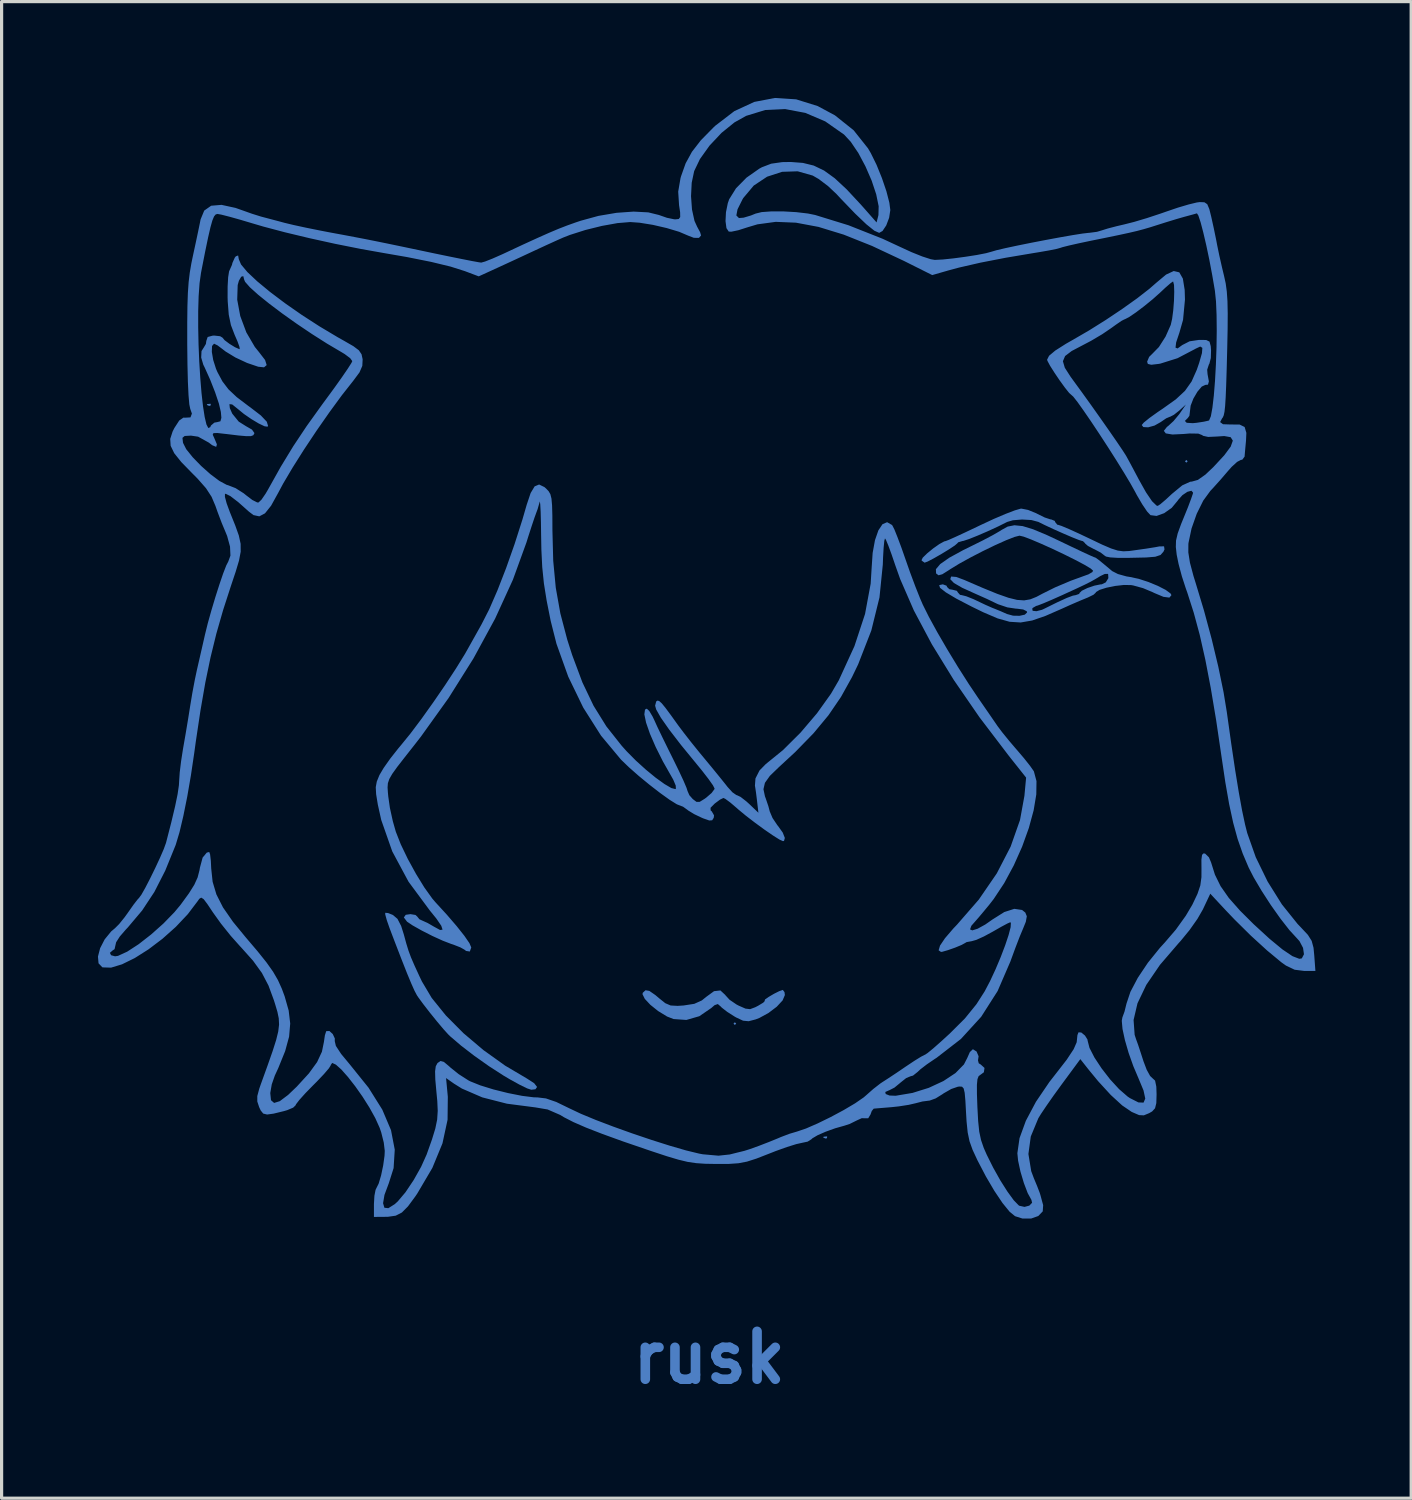
<source format=kicad_pcb>
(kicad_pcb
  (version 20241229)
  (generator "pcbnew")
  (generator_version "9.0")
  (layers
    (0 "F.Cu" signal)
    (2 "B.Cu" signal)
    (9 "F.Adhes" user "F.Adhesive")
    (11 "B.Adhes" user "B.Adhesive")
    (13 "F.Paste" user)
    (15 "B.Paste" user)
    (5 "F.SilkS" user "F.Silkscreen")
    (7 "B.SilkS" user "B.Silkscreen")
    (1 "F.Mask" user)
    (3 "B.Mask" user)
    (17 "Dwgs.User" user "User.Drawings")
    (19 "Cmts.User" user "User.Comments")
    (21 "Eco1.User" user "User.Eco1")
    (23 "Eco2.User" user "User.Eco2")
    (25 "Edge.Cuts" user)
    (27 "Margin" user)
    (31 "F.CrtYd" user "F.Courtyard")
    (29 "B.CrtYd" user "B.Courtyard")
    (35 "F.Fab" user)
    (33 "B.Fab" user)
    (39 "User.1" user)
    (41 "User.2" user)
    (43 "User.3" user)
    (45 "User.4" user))
  (footprint "rusk"
    (layer "F.Cu")
    (at 19.16 18.467)
    (property "Reference" "rusk" (at 0 21 0) (layer "B.Cu") (effects (font (size 1.5 1.5) (thickness 0.3))))
    (attr board_only exclude_from_pos_files exclude_from_bom)
    (fp_poly (pts (xy 0.847 10.541) (xy 0.804 10.583) (xy 0.762 10.541) (xy 0.804 10.499)) (stroke (width 0) (type solid)) (fill yes) (layer "B.Cu"))
    (fp_poly (pts (xy 14.986 -7.07) (xy 14.944 -7.027) (xy 14.901 -7.07) (xy 14.944 -7.112)) (stroke (width 0) (type solid)) (fill yes) (layer "B.Cu"))
    (fp_poly (pts (xy -15.607 -8.862) (xy -15.619 -8.811) (xy -15.663 -8.805) (xy -15.733 -8.836) (xy -15.72 -8.862) (xy -15.619 -8.872)) (stroke (width 0) (type solid)) (fill yes) (layer "B.Cu"))
    (fp_poly (pts (xy 3.697 14.083) (xy 3.685 14.133) (xy 3.641 14.139) (xy 3.571 14.108) (xy 3.584 14.083) (xy 3.685 14.073)) (stroke (width 0) (type solid)) (fill yes) (layer "B.Cu"))
    (fp_poly (pts (xy -10.055 7.078) (xy -9.906 7.138) (xy -9.762 7.26) (xy -9.646 7.485) (xy -9.563 7.748) (xy -9.485 8.034) (xy -9.416 8.258) (xy -9.338 8.468) (xy -9.232 8.714) (xy -9.08 9.044) (xy -8.997 9.219) (xy -8.689 9.738) (xy -8.246 10.286) (xy -7.698 10.838) (xy -7.07 11.37) (xy -6.39 11.857) (xy -5.705 12.262) (xy -5.48 12.408) (xy -5.39 12.525) (xy -5.441 12.597) (xy -5.572 12.612) (xy -5.702 12.569) (xy -5.937 12.454) (xy -6.238 12.288) (xy -6.441 12.168) (xy -6.892 11.877) (xy -7.352 11.552) (xy -7.772 11.229) (xy -8.105 10.944) (xy -8.171 10.88) (xy -8.317 10.719) (xy -8.522 10.476) (xy -8.748 10.196) (xy -8.956 9.928) (xy -9.11 9.718) (xy -9.154 9.652) (xy -9.228 9.512) (xy -9.329 9.286) (xy -9.465 8.958) (xy -9.641 8.512) (xy -9.865 7.931) (xy -10.009 7.552) (xy -10.096 7.303) (xy -10.144 7.126) (xy -10.146 7.07)) (stroke (width 0) (type solid)) (fill yes) (layer "B.Cu"))
    (fp_poly (pts (xy 2.359 9.554) (xy 2.371 9.646) (xy 2.3 9.814) (xy 2.115 10.013) (xy 1.857 10.208) (xy 1.57 10.365) (xy 1.452 10.41) (xy 1.235 10.466) (xy 1.061 10.449) (xy 0.847 10.349) (xy 0.801 10.323) (xy 0.572 10.178) (xy 0.397 10.042) (xy 0.36 10.004) (xy 0.271 9.928) (xy 0.17 9.963) (xy 0.064 10.054) (xy -0.308 10.309) (xy -0.714 10.426) (xy -1.115 10.398) (xy -1.318 10.319) (xy -1.599 10.147) (xy -1.842 9.952) (xy -2.016 9.766) (xy -2.088 9.62) (xy -2.08 9.576) (xy -1.994 9.496) (xy -1.874 9.516) (xy -1.686 9.646) (xy -1.567 9.747) (xy -1.375 9.901) (xy -1.207 9.973) (xy -0.989 9.985) (xy -0.801 9.973) (xy -0.466 9.921) (xy -0.229 9.814) (xy -0.099 9.708) (xy 0.152 9.525) (xy 0.352 9.502) (xy 0.502 9.641) (xy 0.508 9.651) (xy 0.639 9.794) (xy 0.856 9.942) (xy 0.923 9.977) (xy 1.137 10.071) (xy 1.282 10.088) (xy 1.443 10.028) (xy 1.534 9.981) (xy 1.694 9.884) (xy 1.747 9.827) (xy 1.736 9.821) (xy 1.75 9.784) (xy 1.866 9.703) (xy 2.031 9.606) (xy 2.195 9.524) (xy 2.306 9.486) (xy 2.307 9.486)) (stroke (width 0) (type solid)) (fill yes) (layer "B.Cu"))
    (fp_poly (pts (xy 9.987 -5.547) (xy 10.238 -5.445) (xy 10.287 -5.419) (xy 10.509 -5.31) (xy 10.684 -5.252) (xy 10.713 -5.249) (xy 10.824 -5.203) (xy 10.837 -5.165) (xy 10.903 -5.084) (xy 10.929 -5.08) (xy 11.037 -5.045) (xy 11.264 -4.95) (xy 11.575 -4.809) (xy 11.917 -4.647) (xy 12.308 -4.46) (xy 12.588 -4.34) (xy 12.796 -4.274) (xy 12.971 -4.251) (xy 13.152 -4.26) (xy 13.243 -4.272) (xy 13.676 -4.333) (xy 13.966 -4.379) (xy 14.097 -4.404) (xy 14.246 -4.407) (xy 14.26 -4.311) (xy 14.226 -4.237) (xy 14.136 -4.136) (xy 13.972 -4.081) (xy 13.69 -4.058) (xy 13.651 -4.057) (xy 13.149 -4.046) (xy 12.793 -4.046) (xy 12.56 -4.06) (xy 12.427 -4.087) (xy 12.373 -4.124) (xy 12.264 -4.21) (xy 12.07 -4.313) (xy 12.044 -4.324) (xy 11.861 -4.42) (xy 11.771 -4.499) (xy 11.769 -4.508) (xy 11.704 -4.571) (xy 11.688 -4.572) (xy 11.581 -4.605) (xy 11.365 -4.691) (xy 11.083 -4.812) (xy 10.779 -4.947) (xy 10.497 -5.079) (xy 10.309 -5.172) (xy 10.093 -5.23) (xy 9.799 -5.247) (xy 9.511 -5.223) (xy 9.333 -5.171) (xy 9.051 -5.03) (xy 8.73 -4.882) (xy 8.413 -4.745) (xy 8.144 -4.637) (xy 7.965 -4.578) (xy 7.929 -4.572) (xy 7.799 -4.533) (xy 7.775 -4.504) (xy 7.694 -4.434) (xy 7.512 -4.313) (xy 7.278 -4.17) (xy 7.039 -4.033) (xy 6.846 -3.932) (xy 6.747 -3.895) (xy 6.663 -3.954) (xy 6.65 -3.974) (xy 6.689 -4.052) (xy 6.826 -4.186) (xy 7.014 -4.34) (xy 7.208 -4.477) (xy 7.361 -4.561) (xy 7.407 -4.572) (xy 7.499 -4.607) (xy 7.713 -4.702) (xy 8.022 -4.845) (xy 8.395 -5.022) (xy 8.516 -5.08) (xy 8.918 -5.267) (xy 9.282 -5.422) (xy 9.572 -5.533) (xy 9.754 -5.586) (xy 9.779 -5.588)) (stroke (width 0) (type solid)) (fill yes) (layer "B.Cu"))
    (fp_poly (pts (xy 9.817 -5.041) (xy 10.147 -4.94) (xy 10.575 -4.761) (xy 10.978 -4.572) (xy 11.362 -4.388) (xy 11.689 -4.233) (xy 11.93 -4.122) (xy 12.056 -4.067) (xy 12.067 -4.064) (xy 12.108 -4.048) (xy 12.195 -3.985) (xy 12.356 -3.854) (xy 12.619 -3.634) (xy 12.622 -3.631) (xy 12.802 -3.539) (xy 13.069 -3.465) (xy 13.186 -3.446) (xy 13.452 -3.389) (xy 13.754 -3.291) (xy 14.05 -3.169) (xy 14.296 -3.043) (xy 14.449 -2.931) (xy 14.478 -2.878) (xy 14.413 -2.801) (xy 14.228 -2.825) (xy 13.937 -2.947) (xy 13.889 -2.971) (xy 13.589 -3.097) (xy 13.276 -3.183) (xy 13.213 -3.193) (xy 12.988 -3.197) (xy 12.714 -3.166) (xy 12.443 -3.111) (xy 12.226 -3.043) (xy 12.113 -2.973) (xy 12.107 -2.955) (xy 12.037 -2.891) (xy 11.864 -2.806) (xy 11.832 -2.793) (xy 11.606 -2.7) (xy 11.301 -2.568) (xy 11.049 -2.454) (xy 10.532 -2.228) (xy 10.116 -2.084) (xy 9.756 -2.022) (xy 9.409 -2.044) (xy 9.033 -2.15) (xy 8.584 -2.342) (xy 8.217 -2.521) (xy 7.739 -2.77) (xy 7.409 -2.967) (xy 7.23 -3.108) (xy 7.204 -3.192) (xy 7.317 -3.217) (xy 7.434 -3.174) (xy 7.451 -3.133) (xy 7.522 -3.064) (xy 7.62 -3.048) (xy 7.758 -3.013) (xy 7.789 -2.963) (xy 7.857 -2.887) (xy 7.908 -2.879) (xy 8.051 -2.843) (xy 8.277 -2.753) (xy 8.395 -2.697) (xy 8.652 -2.575) (xy 8.87 -2.479) (xy 8.932 -2.455) (xy 9.138 -2.371) (xy 9.328 -2.287) (xy 9.518 -2.235) (xy 9.721 -2.231) (xy 9.885 -2.267) (xy 9.957 -2.337) (xy 9.947 -2.373) (xy 9.835 -2.429) (xy 9.631 -2.455) (xy 9.607 -2.455) (xy 10.118 -2.455) (xy 10.13 -2.388) (xy 10.25 -2.375) (xy 10.424 -2.42) (xy 10.479 -2.445) (xy 10.902 -2.654) (xy 11.199 -2.79) (xy 11.389 -2.862) (xy 11.48 -2.879) (xy 11.588 -2.917) (xy 11.599 -2.946) (xy 11.671 -3.016) (xy 11.846 -3.101) (xy 12.062 -3.175) (xy 12.257 -3.215) (xy 12.295 -3.217) (xy 12.42 -3.278) (xy 12.502 -3.41) (xy 12.495 -3.533) (xy 12.486 -3.544) (xy 12.388 -3.541) (xy 12.252 -3.476) (xy 12.096 -3.382) (xy 11.946 -3.298) (xy 11.763 -3.206) (xy 11.509 -3.086) (xy 11.146 -2.92) (xy 11.062 -2.881) (xy 10.734 -2.735) (xy 10.463 -2.62) (xy 10.286 -2.552) (xy 10.241 -2.54) (xy 10.135 -2.479) (xy 10.118 -2.455) (xy 9.607 -2.455) (xy 9.339 -2.495) (xy 9.048 -2.593) (xy 8.998 -2.616) (xy 8.697 -2.761) (xy 8.378 -2.903) (xy 8.34 -2.92) (xy 7.925 -3.108) (xy 7.666 -3.258) (xy 7.554 -3.374) (xy 7.552 -3.38) (xy 7.578 -3.461) (xy 7.737 -3.448) (xy 7.988 -3.355) (xy 8.569 -3.104) (xy 9.022 -2.919) (xy 9.372 -2.796) (xy 9.644 -2.729) (xy 9.864 -2.714) (xy 10.057 -2.747) (xy 10.249 -2.824) (xy 10.441 -2.926) (xy 10.838 -3.123) (xy 11.328 -3.33) (xy 11.837 -3.515) (xy 11.874 -3.527) (xy 12 -3.6) (xy 12.023 -3.645) (xy 11.95 -3.711) (xy 11.755 -3.828) (xy 11.47 -3.979) (xy 11.127 -4.15) (xy 10.761 -4.324) (xy 10.404 -4.485) (xy 10.089 -4.619) (xy 9.849 -4.71) (xy 9.72 -4.741) (xy 9.563 -4.701) (xy 9.296 -4.596) (xy 8.953 -4.442) (xy 8.571 -4.257) (xy 8.186 -4.058) (xy 7.834 -3.864) (xy 7.551 -3.691) (xy 7.508 -3.662) (xy 7.301 -3.532) (xy 7.183 -3.5) (xy 7.11 -3.556) (xy 7.106 -3.561) (xy 7.101 -3.691) (xy 7.237 -3.852) (xy 7.52 -4.05) (xy 7.957 -4.289) (xy 8.213 -4.415) (xy 8.558 -4.586) (xy 8.869 -4.75) (xy 9.097 -4.881) (xy 9.157 -4.92) (xy 9.348 -5.025) (xy 9.56 -5.067)) (stroke (width 0) (type solid)) (fill yes) (layer "B.Cu"))
    (fp_poly (pts (xy 2.724 -18.406) (xy 3.397 -18.196) (xy 3.937 -17.906) (xy 4.523 -17.439) (xy 4.973 -16.873) (xy 5.062 -16.722) (xy 5.243 -16.353) (xy 5.411 -15.938) (xy 5.551 -15.526) (xy 5.643 -15.17) (xy 5.673 -14.939) (xy 5.636 -14.696) (xy 5.546 -14.458) (xy 5.429 -14.283) (xy 5.325 -14.224) (xy 5.174 -14.291) (xy 4.923 -14.492) (xy 4.572 -14.827) (xy 4.12 -15.297) (xy 3.987 -15.44) (xy 3.722 -15.69) (xy 3.429 -15.911) (xy 3.242 -16.019) (xy 2.772 -16.152) (xy 2.284 -16.136) (xy 1.814 -15.983) (xy 1.397 -15.706) (xy 1.068 -15.315) (xy 1.042 -15.27) (xy 0.888 -14.961) (xy 0.851 -14.769) (xy 0.932 -14.688) (xy 1.079 -14.7) (xy 1.307 -14.768) (xy 1.455 -14.828) (xy 1.646 -14.875) (xy 1.954 -14.897) (xy 2.332 -14.896) (xy 2.728 -14.873) (xy 3.094 -14.83) (xy 3.319 -14.784) (xy 4.364 -14.462) (xy 5.43 -14.04) (xy 5.966 -13.791) (xy 6.335 -13.621) (xy 6.674 -13.485) (xy 6.94 -13.399) (xy 7.067 -13.377) (xy 7.315 -13.39) (xy 7.651 -13.425) (xy 8.024 -13.475) (xy 8.382 -13.531) (xy 8.674 -13.588) (xy 8.848 -13.636) (xy 8.997 -13.68) (xy 9.278 -13.746) (xy 9.653 -13.826) (xy 10.087 -13.914) (xy 10.544 -14.002) (xy 10.987 -14.084) (xy 11.381 -14.153) (xy 11.69 -14.202) (xy 11.877 -14.224) (xy 11.894 -14.224) (xy 12.145 -14.257) (xy 12.294 -14.301) (xy 12.482 -14.36) (xy 12.765 -14.434) (xy 12.996 -14.488) (xy 13.308 -14.567) (xy 13.71 -14.687) (xy 14.134 -14.827) (xy 14.309 -14.888) (xy 14.679 -15.014) (xy 15.017 -15.114) (xy 15.273 -15.176) (xy 15.364 -15.188) (xy 15.51 -15.182) (xy 15.599 -15.122) (xy 15.664 -14.969) (xy 15.723 -14.732) (xy 15.803 -14.371) (xy 15.881 -13.992) (xy 15.909 -13.843) (xy 15.975 -13.523) (xy 16.062 -13.139) (xy 16.127 -12.869) (xy 16.177 -12.64) (xy 16.211 -12.389) (xy 16.232 -12.087) (xy 16.24 -11.703) (xy 16.237 -11.208) (xy 16.225 -10.626) (xy 16.208 -9.967) (xy 16.192 -9.457) (xy 16.176 -9.076) (xy 16.159 -8.804) (xy 16.139 -8.621) (xy 16.114 -8.506) (xy 16.084 -8.439) (xy 16.065 -8.417) (xy 16.002 -8.298) (xy 16.092 -8.231) (xy 16.322 -8.223) (xy 16.612 -8.221) (xy 16.77 -8.144) (xy 16.824 -7.96) (xy 16.813 -7.72) (xy 16.789 -7.46) (xy 16.772 -7.265) (xy 16.769 -7.218) (xy 16.697 -7.121) (xy 16.649 -7.112) (xy 16.534 -7.051) (xy 16.363 -6.895) (xy 16.247 -6.764) (xy 16.018 -6.497) (xy 15.78 -6.232) (xy 15.696 -6.143) (xy 15.474 -5.839) (xy 15.269 -5.426) (xy 15.107 -4.966) (xy 15.013 -4.52) (xy 15.008 -4.482) (xy 15.006 -4.217) (xy 15.057 -3.894) (xy 15.169 -3.474) (xy 15.237 -3.256) (xy 15.497 -2.395) (xy 15.737 -1.506) (xy 15.945 -0.638) (xy 16.11 0.162) (xy 16.211 0.779) (xy 16.35 1.77) (xy 16.474 2.605) (xy 16.587 3.298) (xy 16.689 3.861) (xy 16.784 4.307) (xy 16.851 4.572) (xy 17.118 5.329) (xy 17.49 6.092) (xy 17.937 6.807) (xy 18.428 7.419) (xy 18.538 7.534) (xy 18.751 7.762) (xy 18.869 7.949) (xy 18.927 8.164) (xy 18.95 8.401) (xy 18.986 8.89) (xy 18.628 8.89) (xy 18.335 8.853) (xy 18.064 8.723) (xy 17.919 8.62) (xy 17.472 8.249) (xy 16.967 7.788) (xy 16.452 7.279) (xy 16.169 6.982) (xy 15.694 6.472) (xy 15.462 6.965) (xy 15.291 7.262) (xy 15.044 7.612) (xy 14.768 7.949) (xy 14.698 8.026) (xy 14.118 8.701) (xy 13.69 9.328) (xy 13.414 9.905) (xy 13.292 10.427) (xy 13.325 10.891) (xy 13.368 11.024) (xy 13.435 11.209) (xy 13.527 11.488) (xy 13.601 11.718) (xy 13.703 11.987) (xy 13.81 12.181) (xy 13.885 12.252) (xy 13.965 12.326) (xy 14.004 12.515) (xy 14.012 12.755) (xy 14.004 13.031) (xy 13.964 13.192) (xy 13.873 13.291) (xy 13.78 13.345) (xy 13.613 13.414) (xy 13.464 13.406) (xy 13.255 13.316) (xy 13.228 13.303) (xy 12.935 13.103) (xy 12.578 12.776) (xy 12.18 12.342) (xy 11.887 11.986) (xy 11.624 11.653) (xy 11.035 12.452) (xy 10.786 12.795) (xy 10.564 13.113) (xy 10.393 13.367) (xy 10.309 13.504) (xy 10.072 14.077) (xy 9.998 14.624) (xy 10.086 15.162) (xy 10.168 15.381) (xy 10.275 15.639) (xy 10.354 15.846) (xy 10.376 15.917) (xy 10.426 16.103) (xy 10.46 16.225) (xy 10.447 16.421) (xy 10.308 16.566) (xy 10.083 16.646) (xy 9.81 16.645) (xy 9.58 16.572) (xy 9.407 16.43) (xy 9.186 16.158) (xy 8.933 15.781) (xy 8.665 15.325) (xy 8.4 14.817) (xy 8.25 14.494) (xy 8.154 14.226) (xy 8.096 13.949) (xy 8.061 13.603) (xy 8.045 13.335) (xy 8.024 12.951) (xy 8.002 12.707) (xy 7.97 12.572) (xy 7.919 12.516) (xy 7.839 12.511) (xy 7.789 12.517) (xy 7.582 12.588) (xy 7.346 12.723) (xy 7.308 12.75) (xy 7.094 12.883) (xy 6.906 12.951) (xy 6.876 12.954) (xy 6.677 12.98) (xy 6.468 13.034) (xy 6.247 13.085) (xy 5.938 13.133) (xy 5.715 13.157) (xy 5.436 13.18) (xy 5.231 13.197) (xy 5.153 13.204) (xy 5.092 13.278) (xy 5.053 13.386) (xy 4.981 13.506) (xy 4.913 13.506) (xy 4.778 13.503) (xy 4.632 13.569) (xy 4.397 13.685) (xy 4.233 13.738) (xy 3.946 13.819) (xy 3.648 13.926) (xy 3.393 14.038) (xy 3.231 14.134) (xy 3.203 14.162) (xy 3.084 14.237) (xy 2.906 14.275) (xy 2.727 14.315) (xy 2.438 14.405) (xy 2.087 14.531) (xy 1.863 14.619) (xy 1.478 14.769) (xy 1.184 14.863) (xy 0.918 14.914) (xy 0.615 14.935) (xy 0.212 14.936) (xy -0.126 14.93) (xy -0.406 14.911) (xy -0.672 14.872) (xy -0.963 14.802) (xy -1.323 14.695) (xy -1.792 14.54) (xy -1.905 14.502) (xy -2.696 14.231) (xy -3.34 13.998) (xy -3.852 13.799) (xy -4.249 13.626) (xy -4.546 13.474) (xy -4.666 13.401) (xy -5.059 13.23) (xy -5.44 13.165) (xy -6.334 13.049) (xy -7.106 12.851) (xy -7.744 12.575) (xy -7.994 12.419) (xy -8.24 12.246) (xy -8.185 12.832) (xy -8.193 13.553) (xy -8.353 14.292) (xy -8.669 15.059) (xy -9.142 15.863) (xy -9.203 15.953) (xy -9.433 16.265) (xy -9.624 16.457) (xy -9.817 16.556) (xy -10.055 16.59) (xy -10.139 16.592) (xy -10.499 16.595) (xy -10.499 16.188) (xy -10.484 15.932) (xy -10.448 15.747) (xy -10.426 15.701) (xy -10.351 15.551) (xy -10.274 15.291) (xy -10.209 14.98) (xy -10.167 14.677) (xy -10.16 14.526) (xy -10.191 14.266) (xy -10.27 13.95) (xy -10.32 13.804) (xy -10.457 13.5) (xy -10.642 13.167) (xy -10.857 12.827) (xy -11.086 12.502) (xy -11.313 12.212) (xy -11.519 11.979) (xy -11.69 11.826) (xy -11.807 11.772) (xy -11.853 11.84) (xy -11.853 11.85) (xy -11.91 11.941) (xy -12.062 12.119) (xy -12.282 12.351) (xy -12.404 12.473) (xy -12.646 12.721) (xy -12.834 12.93) (xy -12.94 13.068) (xy -12.954 13.101) (xy -13.028 13.172) (xy -13.215 13.251) (xy -13.314 13.28) (xy -13.641 13.36) (xy -13.846 13.388) (xy -13.967 13.358) (xy -14.045 13.261) (xy -14.094 13.156) (xy -14.152 12.98) (xy -14.152 12.809) (xy -14.09 12.578) (xy -14.041 12.437) (xy -13.83 11.853) (xy -13.672 11.402) (xy -13.562 11.056) (xy -13.496 10.788) (xy -13.47 10.57) (xy -13.48 10.375) (xy -13.521 10.176) (xy -13.589 9.946) (xy -13.632 9.809) (xy -13.801 9.35) (xy -14.008 8.954) (xy -14.286 8.57) (xy -14.668 8.143) (xy -14.687 8.124) (xy -14.983 7.792) (xy -15.288 7.411) (xy -15.535 7.067) (xy -15.718 6.793) (xy -15.833 6.642) (xy -15.908 6.595) (xy -15.968 6.632) (xy -16.025 6.713) (xy -16.33 7.115) (xy -16.704 7.511) (xy -17.122 7.884) (xy -17.559 8.215) (xy -17.99 8.488) (xy -18.389 8.684) (xy -18.732 8.788) (xy -18.992 8.78) (xy -19.007 8.775) (xy -19.124 8.652) (xy -19.142 8.44) (xy -19.112 8.324) (xy -18.768 8.324) (xy -18.731 8.399) (xy -18.607 8.433) (xy -18.514 8.419) (xy -18.226 8.287) (xy -17.868 8.054) (xy -17.478 7.75) (xy -17.092 7.406) (xy -16.747 7.051) (xy -16.552 6.816) (xy -16.294 6.462) (xy -16.125 6.192) (xy -16.021 5.963) (xy -15.961 5.73) (xy -15.949 5.657) (xy -15.864 5.341) (xy -15.734 5.185) (xy -15.657 5.166) (xy -15.63 5.242) (xy -15.607 5.442) (xy -15.595 5.684) (xy -15.551 6.099) (xy -15.433 6.494) (xy -15.226 6.902) (xy -14.913 7.353) (xy -14.52 7.832) (xy -14.145 8.273) (xy -13.864 8.624) (xy -13.658 8.915) (xy -13.505 9.179) (xy -13.384 9.447) (xy -13.295 9.687) (xy -13.169 10.131) (xy -13.121 10.539) (xy -13.156 10.949) (xy -13.279 11.401) (xy -13.495 11.934) (xy -13.603 12.168) (xy -13.699 12.444) (xy -13.746 12.715) (xy -13.723 12.94) (xy -13.625 13.025) (xy -13.448 12.97) (xy -13.187 12.774) (xy -12.916 12.515) (xy -12.536 12.1) (xy -12.279 11.746) (xy -12.128 11.421) (xy -12.066 11.118) (xy -12.035 10.907) (xy -11.995 10.782) (xy -11.99 10.777) (xy -11.894 10.772) (xy -11.789 10.867) (xy -11.724 11.006) (xy -11.726 11.089) (xy -11.691 11.239) (xy -11.526 11.491) (xy -11.256 11.817) (xy -10.667 12.549) (xy -10.237 13.235) (xy -9.964 13.879) (xy -9.847 14.488) (xy -9.883 15.066) (xy -10.032 15.536) (xy -10.169 15.905) (xy -10.213 16.166) (xy -10.171 16.308) (xy -10.047 16.321) (xy -9.847 16.195) (xy -9.752 16.108) (xy -9.512 15.824) (xy -9.256 15.442) (xy -9.022 15.026) (xy -8.847 14.637) (xy -8.842 14.622) (xy -8.682 14.171) (xy -8.577 13.829) (xy -8.519 13.547) (xy -8.501 13.274) (xy -8.515 12.964) (xy -8.542 12.681) (xy -8.577 12.293) (xy -8.584 12.037) (xy -8.563 11.878) (xy -8.512 11.782) (xy -8.503 11.772) (xy -8.413 11.711) (xy -8.309 11.74) (xy -8.145 11.877) (xy -8.108 11.912) (xy -7.844 12.124) (xy -7.543 12.317) (xy -7.484 12.348) (xy -7.171 12.474) (xy -6.757 12.602) (xy -6.3 12.716) (xy -5.86 12.803) (xy -5.494 12.849) (xy -5.374 12.852) (xy -5.111 12.884) (xy -4.788 12.995) (xy -4.368 13.199) (xy -4.361 13.202) (xy -4.017 13.365) (xy -3.551 13.558) (xy -3.002 13.767) (xy -2.407 13.98) (xy -1.803 14.184) (xy -1.229 14.366) (xy -0.721 14.513) (xy -0.318 14.611) (xy -0.202 14.633) (xy 0.292 14.677) (xy 0.645 14.639) (xy 0.889 14.578) (xy 1.076 14.532) (xy 1.101 14.526) (xy 1.278 14.47) (xy 1.553 14.371) (xy 1.866 14.25) (xy 2.161 14.13) (xy 2.244 14.094) (xy 2.516 13.991) (xy 2.752 13.921) (xy 3.032 13.826) (xy 3.399 13.666) (xy 3.808 13.466) (xy 4.214 13.248) (xy 4.572 13.036) (xy 4.836 12.854) (xy 4.905 12.795) (xy 5.136 12.591) (xy 5.359 12.417) (xy 5.428 12.371) (xy 5.608 12.255) (xy 5.872 12.08) (xy 6.163 11.882) (xy 6.175 11.874) (xy 6.435 11.701) (xy 6.641 11.574) (xy 6.754 11.516) (xy 6.761 11.515) (xy 6.843 11.46) (xy 7.022 11.313) (xy 7.269 11.095) (xy 7.538 10.849) (xy 8.01 10.378) (xy 8.372 9.931) (xy 8.629 9.529) (xy 8.798 9.207) (xy 8.969 8.839) (xy 9.13 8.457) (xy 9.27 8.089) (xy 9.377 7.768) (xy 9.441 7.523) (xy 9.449 7.385) (xy 9.429 7.366) (xy 9.339 7.406) (xy 9.145 7.51) (xy 8.888 7.657) (xy 8.879 7.662) (xy 8.602 7.812) (xy 8.365 7.919) (xy 8.222 7.959) (xy 8.062 7.988) (xy 8.014 8.017) (xy 7.903 8.078) (xy 7.7 8.162) (xy 7.475 8.241) (xy 7.3 8.291) (xy 7.26 8.296) (xy 7.186 8.245) (xy 7.23 8.097) (xy 7.386 7.866) (xy 7.645 7.564) (xy 7.765 7.438) (xy 8.444 6.657) (xy 9.007 5.837) (xy 9.441 4.998) (xy 9.735 4.164) (xy 9.873 3.407) (xy 9.926 2.836) (xy 9.387 2.157) (xy 8.468 0.95) (xy 7.662 -0.22) (xy 6.974 -1.339) (xy 6.411 -2.397) (xy 5.982 -3.382) (xy 5.832 -3.804) (xy 5.713 -4.153) (xy 5.61 -4.433) (xy 5.536 -4.61) (xy 5.506 -4.656) (xy 5.485 -4.577) (xy 5.464 -4.366) (xy 5.446 -4.058) (xy 5.438 -3.836) (xy 5.334 -2.807) (xy 5.078 -1.77) (xy 4.665 -0.709) (xy 4.473 -0.311) (xy 4.129 0.308) (xy 3.737 0.883) (xy 3.269 1.447) (xy 2.698 2.033) (xy 2.18 2.512) (xy 1.9 2.783) (xy 1.746 3) (xy 1.7 3.2) (xy 1.747 3.423) (xy 1.772 3.489) (xy 1.855 3.735) (xy 1.897 3.895) (xy 1.984 4.101) (xy 2.135 4.327) (xy 2.157 4.352) (xy 2.304 4.558) (xy 2.37 4.726) (xy 2.344 4.819) (xy 2.311 4.826) (xy 2.202 4.777) (xy 1.997 4.648) (xy 1.731 4.465) (xy 1.438 4.251) (xy 1.155 4.034) (xy 0.917 3.837) (xy 0.87 3.795) (xy 0.664 3.619) (xy 0.507 3.503) (xy 0.446 3.474) (xy 0.341 3.525) (xy 0.179 3.645) (xy 0.174 3.649) (xy 0.043 3.781) (xy 0.046 3.865) (xy 0.08 3.892) (xy 0.153 4.019) (xy 0.143 4.095) (xy 0.094 4.173) (xy 0.002 4.179) (xy -0.184 4.114) (xy -0.229 4.095) (xy -0.47 3.98) (xy -0.658 3.865) (xy -0.684 3.844) (xy -0.819 3.747) (xy -0.878 3.725) (xy -1.013 3.672) (xy -1.242 3.529) (xy -1.537 3.317) (xy -1.868 3.061) (xy -2.205 2.784) (xy -2.517 2.509) (xy -2.761 2.273) (xy -3.387 1.522) (xy -3.944 0.644) (xy -4.414 -0.326) (xy -4.782 -1.354) (xy -4.964 -2.074) (xy -5.09 -2.708) (xy -5.176 -3.246) (xy -5.228 -3.755) (xy -5.255 -4.3) (xy -5.263 -4.741) (xy -5.269 -5.159) (xy -5.278 -5.492) (xy -5.29 -5.718) (xy -5.302 -5.81) (xy -5.308 -5.8) (xy -5.372 -5.574) (xy -5.414 -5.461) (xy -5.47 -5.307) (xy -5.56 -5.038) (xy -5.669 -4.701) (xy -5.722 -4.53) (xy -6.146 -3.362) (xy -6.704 -2.142) (xy -7.381 -0.898) (xy -8.161 0.343) (xy -9.028 1.553) (xy -9.223 1.804) (xy -9.541 2.208) (xy -9.771 2.504) (xy -9.925 2.719) (xy -10.017 2.879) (xy -10.062 3.011) (xy -10.072 3.143) (xy -10.062 3.299) (xy -10.05 3.429) (xy -9.999 3.784) (xy -9.908 4.199) (xy -9.814 4.53) (xy -9.658 4.927) (xy -9.438 5.384) (xy -9.182 5.851) (xy -8.917 6.282) (xy -8.671 6.625) (xy -8.569 6.744) (xy -8.215 7.13) (xy -7.908 7.487) (xy -7.666 7.792) (xy -7.508 8.022) (xy -7.451 8.155) (xy -7.451 8.156) (xy -7.496 8.283) (xy -7.613 8.265) (xy -7.667 8.223) (xy -7.794 8.152) (xy -8.012 8.067) (xy -8.086 8.043) (xy -8.343 7.944) (xy -8.668 7.796) (xy -9.002 7.626) (xy -9.29 7.464) (xy -9.462 7.348) (xy -9.562 7.216) (xy -9.503 7.133) (xy -9.356 7.112) (xy -9.197 7.138) (xy -9.144 7.187) (xy -9.075 7.272) (xy -8.996 7.309) (xy -8.82 7.388) (xy -8.618 7.505) (xy -8.426 7.61) (xy -8.35 7.598) (xy -8.39 7.477) (xy -8.543 7.252) (xy -8.746 7.002) (xy -9.416 6.096) (xy -9.925 5.148) (xy -10.27 4.164) (xy -10.377 3.683) (xy -10.43 3.358) (xy -10.442 3.137) (xy -10.41 2.961) (xy -10.331 2.767) (xy -10.324 2.752) (xy -10.193 2.531) (xy -9.986 2.238) (xy -9.739 1.925) (xy -9.651 1.82) (xy -9.36 1.462) (xy -9.013 1.001) (xy -8.64 0.478) (xy -8.268 -0.064) (xy -7.929 -0.582) (xy -7.65 -1.035) (xy -7.557 -1.199) (xy -7.384 -1.508) (xy -7.213 -1.813) (xy -7.128 -1.966) (xy -6.889 -2.434) (xy -6.629 -3.032) (xy -6.36 -3.724) (xy -6.095 -4.475) (xy -5.848 -5.248) (xy -5.714 -5.711) (xy -5.591 -6.077) (xy -5.466 -6.285) (xy -5.326 -6.343) (xy -5.159 -6.262) (xy -5.111 -6.22) (xy -5.03 -6.136) (xy -4.974 -6.041) (xy -4.939 -5.902) (xy -4.92 -5.688) (xy -4.911 -5.369) (xy -4.909 -4.913) (xy -4.909 -4.901) (xy -4.884 -3.954) (xy -4.804 -3.109) (xy -4.661 -2.307) (xy -4.445 -1.486) (xy -4.291 -1.005) (xy -3.97 -0.145) (xy -3.62 0.587) (xy -3.218 1.234) (xy -2.74 1.838) (xy -2.587 2.009) (xy -2.295 2.304) (xy -1.981 2.588) (xy -1.674 2.84) (xy -1.399 3.038) (xy -1.184 3.164) (xy -1.057 3.196) (xy -1.043 3.187) (xy -1.047 3.087) (xy -1.125 2.901) (xy -1.174 2.814) (xy -1.447 2.333) (xy -1.676 1.876) (xy -1.855 1.463) (xy -1.976 1.115) (xy -2.03 0.856) (xy -2.01 0.706) (xy -1.954 0.677) (xy -1.877 0.748) (xy -1.771 0.926) (xy -1.721 1.031) (xy -1.62 1.253) (xy -1.464 1.577) (xy -1.277 1.958) (xy -1.122 2.27) (xy -0.947 2.628) (xy -0.804 2.934) (xy -0.709 3.157) (xy -0.677 3.258) (xy -0.62 3.388) (xy -0.514 3.508) (xy -0.398 3.596) (xy -0.295 3.595) (xy -0.139 3.498) (xy -0.091 3.463) (xy 0.078 3.316) (xy 0.166 3.196) (xy 0.169 3.177) (xy 0.118 3.077) (xy -0.021 2.88) (xy -0.224 2.618) (xy -0.394 2.41) (xy -0.877 1.82) (xy -1.25 1.336) (xy -1.512 0.962) (xy -1.66 0.702) (xy -1.693 0.583) (xy -1.659 0.451) (xy -1.615 0.423) (xy -1.562 0.441) (xy -1.487 0.508) (xy -1.371 0.649) (xy -1.195 0.886) (xy -0.974 1.194) (xy -0.805 1.419) (xy -0.568 1.723) (xy -0.3 2.055) (xy -0.169 2.213) (xy 0.089 2.525) (xy 0.328 2.818) (xy 0.512 3.047) (xy 0.578 3.131) (xy 0.729 3.297) (xy 0.852 3.383) (xy 0.87 3.387) (xy 0.984 3.441) (xy 1.162 3.579) (xy 1.254 3.662) (xy 1.542 3.937) (xy 1.498 3.556) (xy 1.467 3.307) (xy 1.44 3.127) (xy 1.433 3.09) (xy 1.45 2.862) (xy 1.577 2.612) (xy 1.772 2.413) (xy 2.311 1.975) (xy 2.86 1.429) (xy 3.376 0.823) (xy 3.815 0.209) (xy 4.06 -0.212) (xy 4.55 -1.282) (xy 4.882 -2.29) (xy 5.058 -3.238) (xy 5.088 -3.728) (xy 5.12 -4.202) (xy 5.193 -4.601) (xy 5.299 -4.906) (xy 5.428 -5.1) (xy 5.573 -5.163) (xy 5.723 -5.077) (xy 5.738 -5.059) (xy 5.799 -4.94) (xy 5.897 -4.696) (xy 6.021 -4.365) (xy 6.141 -4.022) (xy 6.294 -3.586) (xy 6.457 -3.15) (xy 6.607 -2.773) (xy 6.692 -2.577) (xy 6.882 -2.196) (xy 7.145 -1.716) (xy 7.457 -1.179) (xy 7.794 -0.624) (xy 8.133 -0.092) (xy 8.413 0.325) (xy 8.633 0.644) (xy 8.839 0.942) (xy 8.994 1.168) (xy 9.028 1.218) (xy 9.175 1.414) (xy 9.391 1.68) (xy 9.629 1.959) (xy 9.641 1.972) (xy 9.864 2.234) (xy 10.05 2.469) (xy 10.163 2.63) (xy 10.17 2.643) (xy 10.251 2.946) (xy 10.245 3.362) (xy 10.162 3.861) (xy 10.011 4.416) (xy 9.801 5) (xy 9.541 5.583) (xy 9.241 6.14) (xy 8.91 6.64) (xy 8.773 6.816) (xy 8.588 7.04) (xy 8.446 7.209) (xy 8.383 7.281) (xy 8.212 7.476) (xy 8.17 7.59) (xy 8.241 7.621) (xy 8.406 7.57) (xy 8.646 7.438) (xy 8.871 7.281) (xy 9.242 7.047) (xy 9.557 6.946) (xy 9.8 6.982) (xy 9.901 7.063) (xy 9.948 7.179) (xy 9.917 7.352) (xy 9.837 7.55) (xy 9.728 7.81) (xy 9.593 8.161) (xy 9.456 8.534) (xy 9.436 8.59) (xy 9.034 9.52) (xy 8.519 10.327) (xy 7.885 11.021) (xy 7.123 11.611) (xy 7.068 11.646) (xy 6.816 11.818) (xy 6.613 11.974) (xy 6.526 12.056) (xy 6.384 12.169) (xy 6.301 12.192) (xy 6.168 12.248) (xy 5.998 12.383) (xy 5.985 12.395) (xy 5.803 12.545) (xy 5.643 12.627) (xy 5.638 12.628) (xy 5.515 12.682) (xy 5.529 12.746) (xy 5.649 12.793) (xy 5.842 12.8) (xy 6.369 12.711) (xy 6.878 12.552) (xy 7.337 12.339) (xy 7.715 12.089) (xy 7.979 11.819) (xy 8.082 11.618) (xy 8.164 11.433) (xy 8.255 11.346) (xy 8.263 11.345) (xy 8.375 11.415) (xy 8.438 11.564) (xy 8.419 11.692) (xy 8.442 11.783) (xy 8.504 11.821) (xy 8.623 11.929) (xy 8.603 12.065) (xy 8.498 12.142) (xy 8.439 12.186) (xy 8.402 12.281) (xy 8.385 12.458) (xy 8.386 12.746) (xy 8.4 13.146) (xy 8.424 13.593) (xy 8.458 13.923) (xy 8.514 14.186) (xy 8.6 14.436) (xy 8.693 14.647) (xy 8.896 15.054) (xy 9.118 15.45) (xy 9.34 15.8) (xy 9.538 16.072) (xy 9.691 16.23) (xy 9.713 16.245) (xy 9.876 16.281) (xy 10.027 16.241) (xy 10.113 16.152) (xy 10.092 16.06) (xy 9.976 15.85) (xy 9.856 15.534) (xy 9.749 15.175) (xy 9.675 14.833) (xy 9.652 14.6) (xy 9.72 14.128) (xy 9.918 13.584) (xy 10.234 12.989) (xy 10.657 12.366) (xy 10.854 12.114) (xy 11.197 11.672) (xy 11.415 11.342) (xy 11.51 11.124) (xy 11.514 11.084) (xy 11.533 10.9) (xy 11.567 10.813) (xy 11.656 10.82) (xy 11.77 10.915) (xy 11.847 11.038) (xy 11.853 11.076) (xy 11.911 11.301) (xy 12.066 11.603) (xy 12.291 11.944) (xy 12.557 12.287) (xy 12.838 12.593) (xy 13.105 12.825) (xy 13.176 12.873) (xy 13.444 13.009) (xy 13.604 13.015) (xy 13.658 12.889) (xy 13.603 12.634) (xy 13.452 12.27) (xy 13.284 11.874) (xy 13.136 11.457) (xy 13.02 11.056) (xy 12.945 10.709) (xy 12.922 10.452) (xy 12.941 10.347) (xy 13.008 10.164) (xy 13.068 9.921) (xy 13.07 9.913) (xy 13.193 9.545) (xy 13.424 9.106) (xy 13.74 8.634) (xy 14.118 8.166) (xy 14.269 8.001) (xy 14.614 7.599) (xy 14.926 7.164) (xy 15.132 6.816) (xy 15.293 6.477) (xy 15.382 6.213) (xy 15.417 5.955) (xy 15.418 5.695) (xy 15.416 5.406) (xy 15.436 5.255) (xy 15.486 5.208) (xy 15.534 5.218) (xy 15.651 5.332) (xy 15.719 5.492) (xy 15.84 5.877) (xy 16.017 6.237) (xy 16.273 6.603) (xy 16.629 7.006) (xy 17.05 7.425) (xy 17.548 7.882) (xy 17.955 8.218) (xy 18.267 8.428) (xy 18.481 8.511) (xy 18.56 8.498) (xy 18.628 8.369) (xy 18.599 8.169) (xy 18.488 7.958) (xy 18.407 7.868) (xy 18.173 7.613) (xy 17.891 7.252) (xy 17.59 6.827) (xy 17.301 6.381) (xy 17.052 5.959) (xy 16.895 5.652) (xy 16.708 5.211) (xy 16.549 4.754) (xy 16.411 4.25) (xy 16.285 3.668) (xy 16.164 2.977) (xy 16.049 2.201) (xy 15.878 1.041) (xy 15.709 0.03) (xy 15.539 -0.855) (xy 15.364 -1.632) (xy 15.177 -2.324) (xy 14.976 -2.952) (xy 14.927 -3.09) (xy 14.805 -3.465) (xy 14.701 -3.854) (xy 14.642 -4.144) (xy 14.615 -4.385) (xy 14.621 -4.588) (xy 14.673 -4.81) (xy 14.779 -5.102) (xy 14.864 -5.31) (xy 14.994 -5.63) (xy 15.093 -5.893) (xy 15.149 -6.058) (xy 15.155 -6.089) (xy 15.103 -6.148) (xy 14.976 -6.114) (xy 14.822 -6.01) (xy 14.688 -5.861) (xy 14.673 -5.837) (xy 14.487 -5.613) (xy 14.25 -5.445) (xy 14.012 -5.359) (xy 13.823 -5.383) (xy 13.821 -5.384) (xy 13.714 -5.499) (xy 13.563 -5.723) (xy 13.393 -6.014) (xy 13.346 -6.103) (xy 13.198 -6.368) (xy 12.995 -6.708) (xy 12.754 -7.097) (xy 12.49 -7.512) (xy 12.219 -7.928) (xy 11.959 -8.319) (xy 11.725 -8.66) (xy 11.534 -8.928) (xy 11.401 -9.097) (xy 11.348 -9.144) (xy 11.275 -9.209) (xy 11.142 -9.376) (xy 10.978 -9.602) (xy 10.813 -9.846) (xy 10.675 -10.064) (xy 10.6 -10.204) (xy 11.078 -10.204) (xy 11.138 -10) (xy 11.318 -9.719) (xy 11.405 -9.599) (xy 11.669 -9.237) (xy 11.958 -8.835) (xy 12.25 -8.423) (xy 12.527 -8.028) (xy 12.767 -7.681) (xy 12.951 -7.409) (xy 13.058 -7.242) (xy 13.065 -7.229) (xy 13.155 -7.065) (xy 13.293 -6.807) (xy 13.45 -6.511) (xy 13.45 -6.51) (xy 13.681 -6.098) (xy 13.87 -5.82) (xy 14.01 -5.684) (xy 14.048 -5.673) (xy 14.131 -5.727) (xy 14.298 -5.869) (xy 14.498 -6.054) (xy 14.817 -6.317) (xy 15.066 -6.43) (xy 15.119 -6.435) (xy 15.305 -6.487) (xy 15.541 -6.653) (xy 15.791 -6.89) (xy 16.13 -7.256) (xy 16.333 -7.529) (xy 16.4 -7.717) (xy 16.332 -7.825) (xy 16.131 -7.861) (xy 15.908 -7.846) (xy 15.627 -7.833) (xy 15.464 -7.869) (xy 15.443 -7.889) (xy 15.319 -7.937) (xy 15.045 -7.941) (xy 14.854 -7.925) (xy 14.507 -7.909) (xy 14.3 -7.944) (xy 14.24 -8.024) (xy 14.336 -8.146) (xy 14.379 -8.179) (xy 14.544 -8.331) (xy 14.72 -8.543) (xy 14.742 -8.574) (xy 14.931 -8.848) (xy 14.72 -8.657) (xy 14.554 -8.526) (xy 14.436 -8.465) (xy 14.43 -8.465) (xy 14.313 -8.416) (xy 14.142 -8.299) (xy 14.139 -8.297) (xy 13.948 -8.189) (xy 13.748 -8.134) (xy 13.597 -8.142) (xy 13.547 -8.206) (xy 13.613 -8.284) (xy 13.791 -8.428) (xy 14.049 -8.613) (xy 14.211 -8.722) (xy 14.615 -9.01) (xy 14.901 -9.276) (xy 15.108 -9.569) (xy 15.271 -9.935) (xy 15.346 -10.153) (xy 15.433 -10.458) (xy 15.446 -10.623) (xy 15.379 -10.664) (xy 15.229 -10.594) (xy 15.215 -10.585) (xy 14.667 -10.298) (xy 14.132 -10.13) (xy 14.076 -10.12) (xy 13.846 -10.093) (xy 13.739 -10.119) (xy 13.716 -10.19) (xy 13.779 -10.34) (xy 13.871 -10.43) (xy 14.085 -10.649) (xy 14.293 -10.975) (xy 14.456 -11.342) (xy 14.499 -11.532) (xy 14.534 -11.8) (xy 14.557 -12.097) (xy 14.565 -12.377) (xy 14.558 -12.593) (xy 14.532 -12.697) (xy 14.524 -12.7) (xy 14.447 -12.646) (xy 14.287 -12.507) (xy 14.122 -12.352) (xy 13.89 -12.145) (xy 13.625 -11.929) (xy 13.366 -11.733) (xy 13.15 -11.586) (xy 13.016 -11.517) (xy 13.003 -11.515) (xy 12.914 -11.468) (xy 12.737 -11.347) (xy 12.589 -11.24) (xy 12.308 -11.049) (xy 11.96 -10.843) (xy 11.707 -10.71) (xy 11.353 -10.524) (xy 11.147 -10.367) (xy 11.078 -10.204) (xy 10.6 -10.204) (xy 10.594 -10.216) (xy 10.583 -10.252) (xy 10.645 -10.375) (xy 10.839 -10.538) (xy 11.174 -10.751) (xy 11.406 -10.883) (xy 11.9 -11.17) (xy 12.423 -11.498) (xy 12.936 -11.841) (xy 13.403 -12.174) (xy 13.786 -12.472) (xy 14 -12.659) (xy 14.31 -12.918) (xy 14.549 -13.029) (xy 14.723 -12.988) (xy 14.835 -12.792) (xy 14.892 -12.438) (xy 14.901 -12.134) (xy 14.841 -11.499) (xy 14.728 -11.102) (xy 14.625 -10.794) (xy 14.605 -10.629) (xy 14.67 -10.604) (xy 14.817 -10.711) (xy 15.046 -10.828) (xy 15.341 -10.872) (xy 15.565 -10.869) (xy 15.67 -10.818) (xy 15.708 -10.675) (xy 15.718 -10.545) (xy 15.711 -10.303) (xy 15.665 -10.125) (xy 15.65 -10.102) (xy 15.597 -9.939) (xy 15.608 -9.801) (xy 15.65 -9.572) (xy 15.622 -9.47) (xy 15.54 -9.463) (xy 15.427 -9.41) (xy 15.291 -9.249) (xy 15.164 -9.032) (xy 15.079 -8.813) (xy 15.061 -8.665) (xy 15.04 -8.496) (xy 14.991 -8.427) (xy 14.898 -8.334) (xy 14.955 -8.276) (xy 15.144 -8.264) (xy 15.261 -8.275) (xy 15.49 -8.31) (xy 15.637 -8.343) (xy 15.658 -8.353) (xy 15.712 -8.481) (xy 15.761 -8.75) (xy 15.805 -9.129) (xy 15.842 -9.589) (xy 15.87 -10.101) (xy 15.889 -10.635) (xy 15.896 -11.162) (xy 15.891 -11.652) (xy 15.873 -12.076) (xy 15.839 -12.405) (xy 15.838 -12.414) (xy 15.756 -12.894) (xy 15.665 -13.376) (xy 15.569 -13.832) (xy 15.475 -14.235) (xy 15.391 -14.555) (xy 15.322 -14.764) (xy 15.276 -14.836) (xy 15.275 -14.835) (xy 15.148 -14.799) (xy 14.934 -14.741) (xy 14.885 -14.728) (xy 14.634 -14.656) (xy 14.304 -14.555) (xy 14.039 -14.471) (xy 13.812 -14.399) (xy 13.61 -14.34) (xy 13.4 -14.284) (xy 13.147 -14.225) (xy 12.82 -14.154) (xy 12.385 -14.064) (xy 11.949 -13.976) (xy 11.58 -13.898) (xy 11.274 -13.829) (xy 11.067 -13.777) (xy 11.001 -13.755) (xy 10.892 -13.724) (xy 10.656 -13.676) (xy 10.335 -13.62) (xy 10.144 -13.589) (xy 9.283 -13.444) (xy 8.497 -13.291) (xy 7.821 -13.136) (xy 7.494 -13.048) (xy 6.986 -12.902) (xy 6.097 -13.347) (xy 5.1 -13.815) (xy 4.213 -14.169) (xy 3.423 -14.411) (xy 2.718 -14.543) (xy 2.085 -14.569) (xy 1.511 -14.491) (xy 1.184 -14.393) (xy 0.915 -14.307) (xy 0.702 -14.262) (xy 0.614 -14.263) (xy 0.541 -14.372) (xy 0.512 -14.592) (xy 0.526 -14.87) (xy 0.583 -15.152) (xy 0.627 -15.277) (xy 0.84 -15.619) (xy 1.17 -15.954) (xy 1.569 -16.234) (xy 1.651 -16.279) (xy 1.944 -16.391) (xy 2.29 -16.44) (xy 2.556 -16.444) (xy 2.935 -16.415) (xy 3.274 -16.332) (xy 3.597 -16.177) (xy 3.932 -15.935) (xy 4.304 -15.589) (xy 4.738 -15.123) (xy 4.847 -15.001) (xy 5.243 -14.551) (xy 5.301 -14.78) (xy 5.308 -15.058) (xy 5.231 -15.432) (xy 5.088 -15.862) (xy 4.895 -16.306) (xy 4.671 -16.726) (xy 4.432 -17.079) (xy 4.223 -17.304) (xy 3.635 -17.715) (xy 3.013 -17.981) (xy 2.379 -18.101) (xy 1.754 -18.071) (xy 1.159 -17.889) (xy 0.794 -17.685) (xy 0.386 -17.355) (xy 0.012 -16.957) (xy -0.288 -16.538) (xy -0.47 -16.158) (xy -0.547 -15.793) (xy -0.568 -15.372) (xy -0.538 -14.955) (xy -0.46 -14.599) (xy -0.377 -14.417) (xy -0.284 -14.245) (xy -0.254 -14.142) (xy -0.32 -14.067) (xy -0.48 -14.069) (xy -0.657 -14.137) (xy -0.941 -14.258) (xy -1.331 -14.375) (xy -1.765 -14.475) (xy -2.179 -14.542) (xy -2.472 -14.563) (xy -2.869 -14.53) (xy -3.359 -14.442) (xy -3.877 -14.314) (xy -4.362 -14.159) (xy -4.572 -14.077) (xy -4.797 -13.977) (xy -5.109 -13.835) (xy -5.446 -13.679) (xy -5.472 -13.667) (xy -5.869 -13.482) (xy -6.305 -13.28) (xy -6.646 -13.123) (xy -7.217 -12.862) (xy -7.652 -13.026) (xy -8.099 -13.168) (xy -8.707 -13.315) (xy -9.466 -13.467) (xy -10.16 -13.587) (xy -10.907 -13.72) (xy -11.71 -13.88) (xy -12.519 -14.058) (xy -13.286 -14.242) (xy -13.962 -14.421) (xy -14.298 -14.52) (xy -14.688 -14.636) (xy -15.027 -14.731) (xy -15.278 -14.795) (xy -15.401 -14.817) (xy -15.456 -14.8) (xy -15.506 -14.739) (xy -15.559 -14.612) (xy -15.619 -14.399) (xy -15.692 -14.082) (xy -15.784 -13.64) (xy -15.899 -13.054) (xy -15.915 -12.971) (xy -15.96 -12.648) (xy -15.989 -12.241) (xy -16.003 -11.773) (xy -16.003 -11.263) (xy -15.992 -10.731) (xy -15.97 -10.198) (xy -15.938 -9.684) (xy -15.899 -9.209) (xy -15.852 -8.794) (xy -15.8 -8.459) (xy -15.745 -8.225) (xy -15.686 -8.111) (xy -15.626 -8.139) (xy -15.602 -8.192) (xy -15.497 -8.281) (xy -15.408 -8.297) (xy -15.307 -8.323) (xy -15.277 -8.432) (xy -15.293 -8.615) (xy -15.354 -8.875) (xy -15.473 -9.231) (xy -15.629 -9.628) (xy -15.802 -10.012) (xy -15.843 -10.095) (xy -15.909 -10.318) (xy -15.899 -10.522) (xy -15.833 -10.626) (xy -15.762 -10.745) (xy -15.748 -10.842) (xy -15.706 -10.963) (xy -15.551 -11.005) (xy -15.494 -11.007) (xy -15.316 -10.987) (xy -15.24 -10.941) (xy -15.24 -10.94) (xy -15.176 -10.863) (xy -15.025 -10.75) (xy -14.851 -10.643) (xy -14.719 -10.585) (xy -14.702 -10.583) (xy -14.71 -10.653) (xy -14.775 -10.832) (xy -14.861 -11.029) (xy -14.978 -11.335) (xy -15.046 -11.662) (xy -15.078 -12.074) (xy -15.082 -12.2) (xy -15.081 -12.545) (xy -15.065 -12.833) (xy -15.036 -13.016) (xy -15.024 -13.045) (xy -14.945 -13.222) (xy -14.931 -13.283) (xy -14.857 -13.448) (xy -14.823 -13.49) (xy -14.752 -13.516) (xy -14.732 -13.401) (xy -14.661 -13.234) (xy -14.463 -12.997) (xy -14.154 -12.706) (xy -13.755 -12.376) (xy -13.284 -12.021) (xy -12.761 -11.656) (xy -12.204 -11.296) (xy -11.631 -10.954) (xy -11.43 -10.841) (xy -11.141 -10.674) (xy -10.971 -10.546) (xy -10.887 -10.422) (xy -10.854 -10.269) (xy -10.853 -10.259) (xy -10.863 -10.058) (xy -10.951 -9.855) (xy -11.142 -9.597) (xy -11.149 -9.588) (xy -11.502 -9.14) (xy -11.893 -8.606) (xy -12.299 -8.024) (xy -12.692 -7.433) (xy -13.048 -6.869) (xy -13.342 -6.372) (xy -13.502 -6.073) (xy -13.72 -5.679) (xy -13.911 -5.44) (xy -14.089 -5.346) (xy -14.271 -5.385) (xy -14.414 -5.493) (xy -14.75 -5.792) (xy -14.995 -5.98) (xy -15.14 -6.052) (xy -15.165 -6.048) (xy -15.166 -5.957) (xy -15.112 -5.754) (xy -15.013 -5.484) (xy -15.012 -5.481) (xy -14.843 -5.062) (xy -14.73 -4.745) (xy -14.674 -4.486) (xy -14.672 -4.239) (xy -14.724 -3.962) (xy -14.83 -3.608) (xy -14.975 -3.175) (xy -15.223 -2.409) (xy -15.434 -1.673) (xy -15.616 -0.931) (xy -15.779 -0.145) (xy -15.93 0.723) (xy -16.078 1.71) (xy -16.128 2.074) (xy -16.231 2.767) (xy -16.346 3.433) (xy -16.468 4.038) (xy -16.588 4.546) (xy -16.701 4.923) (xy -16.711 4.953) (xy -17.035 5.75) (xy -17.376 6.418) (xy -17.758 6.997) (xy -18.206 7.528) (xy -18.272 7.598) (xy -18.458 7.813) (xy -18.573 7.993) (xy -18.595 8.088) (xy -18.622 8.209) (xy -18.68 8.247) (xy -18.768 8.324) (xy -19.112 8.324) (xy -19.074 8.178) (xy -18.932 7.903) (xy -18.729 7.654) (xy -18.609 7.553) (xy -18.479 7.423) (xy -18.305 7.207) (xy -18.189 7.045) (xy -18.03 6.819) (xy -17.904 6.656) (xy -17.854 6.602) (xy -17.781 6.502) (xy -17.659 6.286) (xy -17.509 5.996) (xy -17.35 5.671) (xy -17.201 5.351) (xy -17.082 5.076) (xy -17.013 4.886) (xy -17.01 4.876) (xy -16.845 4.235) (xy -16.726 3.735) (xy -16.648 3.356) (xy -16.607 3.076) (xy -16.598 2.921) (xy -16.581 2.671) (xy -16.539 2.325) (xy -16.481 1.952) (xy -16.473 1.905) (xy -16.397 1.469) (xy -16.317 0.99) (xy -16.254 0.593) (xy -16.187 0.189) (xy -16.107 -0.235) (xy -16.04 -0.55) (xy -15.956 -0.915) (xy -15.859 -1.339) (xy -15.788 -1.651) (xy -15.702 -1.999) (xy -15.59 -2.399) (xy -15.465 -2.817) (xy -15.338 -3.214) (xy -15.221 -3.557) (xy -15.124 -3.808) (xy -15.06 -3.932) (xy -15.06 -3.933) (xy -14.993 -4.116) (xy -15.006 -4.398) (xy -15.096 -4.729) (xy -15.146 -4.852) (xy -15.269 -5.146) (xy -15.401 -5.496) (xy -15.463 -5.673) (xy -15.584 -5.958) (xy -15.758 -6.226) (xy -16.019 -6.523) (xy -16.189 -6.694) (xy -16.532 -7.046) (xy -16.754 -7.324) (xy -16.866 -7.556) (xy -16.879 -7.772) (xy -16.868 -7.805) (xy -16.496 -7.805) (xy -16.48 -7.66) (xy -16.475 -7.641) (xy -16.377 -7.448) (xy -16.175 -7.197) (xy -15.91 -6.924) (xy -15.619 -6.665) (xy -15.34 -6.456) (xy -15.112 -6.333) (xy -15.063 -6.319) (xy -14.832 -6.229) (xy -14.577 -6.067) (xy -14.503 -6.007) (xy -14.308 -5.859) (xy -14.156 -5.782) (xy -14.114 -5.78) (xy -14.022 -5.867) (xy -13.892 -6.056) (xy -13.816 -6.186) (xy -13.416 -6.901) (xy -13.025 -7.543) (xy -12.605 -8.174) (xy -12.115 -8.857) (xy -12.028 -8.975) (xy -11.746 -9.359) (xy -11.504 -9.699) (xy -11.318 -9.971) (xy -11.204 -10.15) (xy -11.177 -10.208) (xy -11.244 -10.3) (xy -11.415 -10.428) (xy -11.516 -10.489) (xy -11.968 -10.756) (xy -12.443 -11.058) (xy -12.918 -11.378) (xy -13.371 -11.7) (xy -13.781 -12.009) (xy -14.126 -12.287) (xy -14.384 -12.52) (xy -14.534 -12.69) (xy -14.563 -12.758) (xy -14.591 -12.869) (xy -14.656 -12.85) (xy -14.728 -12.725) (xy -14.766 -12.589) (xy -14.781 -12.132) (xy -14.686 -11.62) (xy -14.496 -11.109) (xy -14.23 -10.653) (xy -14.094 -10.484) (xy -13.908 -10.242) (xy -13.858 -10.083) (xy -13.941 -10.013) (xy -14.124 -10.032) (xy -14.471 -10.15) (xy -14.837 -10.321) (xy -15.146 -10.509) (xy -15.232 -10.576) (xy -15.395 -10.699) (xy -15.505 -10.753) (xy -15.507 -10.753) (xy -15.569 -10.681) (xy -15.576 -10.497) (xy -15.533 -10.244) (xy -15.446 -9.97) (xy -15.402 -9.867) (xy -15.243 -9.571) (xy -15.054 -9.323) (xy -14.797 -9.081) (xy -14.434 -8.805) (xy -14.375 -8.763) (xy -14.041 -8.506) (xy -13.854 -8.309) (xy -13.815 -8.178) (xy -13.831 -8.154) (xy -13.925 -8.167) (xy -14.109 -8.255) (xy -14.338 -8.392) (xy -14.569 -8.551) (xy -14.752 -8.701) (xy -14.937 -8.85) (xy -15.025 -8.86) (xy -15.012 -8.735) (xy -14.937 -8.563) (xy -14.734 -8.313) (xy -14.506 -8.17) (xy -14.318 -8.062) (xy -14.244 -7.957) (xy -14.246 -7.939) (xy -14.278 -7.886) (xy -14.349 -7.859) (xy -14.492 -7.857) (xy -14.737 -7.878) (xy -15.116 -7.924) (xy -15.144 -7.927) (xy -15.403 -7.956) (xy -15.526 -7.952) (xy -15.548 -7.903) (xy -15.504 -7.808) (xy -15.417 -7.601) (xy -15.439 -7.522) (xy -15.565 -7.574) (xy -15.67 -7.655) (xy -16.005 -7.841) (xy -16.229 -7.874) (xy -16.426 -7.863) (xy -16.496 -7.805) (xy -16.868 -7.805) (xy -16.805 -8.001) (xy -16.75 -8.111) (xy -16.597 -8.347) (xy -16.466 -8.438) (xy -16.404 -8.436) (xy -16.245 -8.445) (xy -16.2 -8.564) (xy -16.252 -8.712) (xy -16.281 -8.852) (xy -16.306 -9.142) (xy -16.326 -9.564) (xy -16.339 -10.097) (xy -16.346 -10.724) (xy -16.346 -10.768) (xy -16.346 -11.42) (xy -16.34 -11.935) (xy -16.326 -12.345) (xy -16.302 -12.684) (xy -16.266 -12.983) (xy -16.216 -13.275) (xy -16.168 -13.505) (xy -16.083 -13.899) (xy -16.006 -14.262) (xy -15.948 -14.543) (xy -15.928 -14.645) (xy -15.814 -14.922) (xy -15.597 -15.074) (xy -15.272 -15.101) (xy -14.835 -15.006) (xy -14.605 -14.925) (xy -14.321 -14.824) (xy -14.054 -14.74) (xy -14.012 -14.728) (xy -13.784 -14.668) (xy -13.478 -14.587) (xy -13.293 -14.537) (xy -13.014 -14.47) (xy -12.626 -14.386) (xy -12.185 -14.297) (xy -11.853 -14.233) (xy -11.451 -14.159) (xy -11.107 -14.094) (xy -10.789 -14.033) (xy -10.462 -13.968) (xy -10.094 -13.893) (xy -9.651 -13.801) (xy -9.099 -13.685) (xy -8.636 -13.587) (xy -8.167 -13.49) (xy -7.752 -13.406) (xy -7.422 -13.341) (xy -7.206 -13.302) (xy -7.138 -13.293) (xy -7.017 -13.327) (xy -6.789 -13.417) (xy -6.496 -13.546) (xy -6.418 -13.582) (xy -5.839 -13.853) (xy -5.382 -14.062) (xy -5.018 -14.224) (xy -4.717 -14.351) (xy -4.449 -14.455) (xy -4.183 -14.55) (xy -4.022 -14.604) (xy -3.467 -14.756) (xy -2.901 -14.852) (xy -2.367 -14.89) (xy -1.907 -14.866) (xy -1.577 -14.785) (xy -1.322 -14.696) (xy -1.1 -14.65) (xy -1.061 -14.647) (xy -0.953 -14.658) (xy -0.907 -14.719) (xy -0.91 -14.871) (xy -0.943 -15.092) (xy -0.97 -15.515) (xy -0.898 -15.936) (xy -0.883 -15.991) (xy -0.737 -16.402) (xy -0.539 -16.764) (xy -0.261 -17.123) (xy 0.129 -17.52) (xy 0.192 -17.58) (xy 0.786 -18.035) (xy 1.411 -18.325) (xy 2.06 -18.449)) (stroke (width 0) (type solid)) (fill yes) (layer "B.Cu"))
    (fp_poly (pts (xy 0.829 10.523) (xy 0.786 10.566) (xy 0.744 10.523) (xy 0.786 10.481)) (stroke (width 0) (type solid)) (fill yes) (layer "B.Mask"))
    (fp_poly (pts (xy 14.968 -7.087) (xy 14.926 -7.045) (xy 14.883 -7.087) (xy 14.926 -7.13)) (stroke (width 0) (type solid)) (fill yes) (layer "B.Mask"))
    (fp_poly (pts (xy -15.625 -8.88) (xy -15.637 -8.829) (xy -15.681 -8.823) (xy -15.751 -8.854) (xy -15.738 -8.88) (xy -15.637 -8.89)) (stroke (width 0) (type solid)) (fill yes) (layer "B.Mask"))
    (fp_poly (pts (xy 3.679 14.065) (xy 3.667 14.115) (xy 3.623 14.122) (xy 3.553 14.091) (xy 3.566 14.065) (xy 3.667 14.055)) (stroke (width 0) (type solid)) (fill yes) (layer "B.Mask"))
    (fp_poly (pts (xy -10.073 7.06) (xy -9.924 7.121) (xy -9.78 7.242) (xy -9.664 7.467) (xy -9.581 7.73) (xy -9.503 8.016) (xy -9.434 8.24) (xy -9.356 8.45) (xy -9.25 8.696) (xy -9.098 9.026) (xy -9.015 9.201) (xy -8.707 9.72) (xy -8.265 10.268) (xy -7.716 10.82) (xy -7.088 11.352) (xy -6.408 11.839) (xy -5.723 12.244) (xy -5.498 12.39) (xy -5.408 12.507) (xy -5.459 12.579) (xy -5.59 12.594) (xy -5.72 12.551) (xy -5.955 12.436) (xy -6.256 12.27) (xy -6.459 12.15) (xy -6.91 11.859) (xy -7.37 11.534) (xy -7.79 11.212) (xy -8.123 10.926) (xy -8.189 10.862) (xy -8.335 10.702) (xy -8.54 10.458) (xy -8.766 10.178) (xy -8.974 9.91) (xy -9.128 9.701) (xy -9.172 9.634) (xy -9.246 9.494) (xy -9.347 9.268) (xy -9.483 8.94) (xy -9.659 8.494) (xy -9.883 7.913) (xy -10.027 7.534) (xy -10.114 7.285) (xy -10.162 7.108) (xy -10.164 7.052)) (stroke (width 0) (type solid)) (fill yes) (layer "B.Mask"))
    (fp_poly (pts (xy 2.341 9.536) (xy 2.353 9.628) (xy 2.282 9.796) (xy 2.096 9.995) (xy 1.839 10.19) (xy 1.551 10.347) (xy 1.434 10.392) (xy 1.217 10.448) (xy 1.043 10.432) (xy 0.829 10.332) (xy 0.783 10.305) (xy 0.553 10.16) (xy 0.379 10.024) (xy 0.342 9.986) (xy 0.253 9.911) (xy 0.152 9.945) (xy 0.046 10.037) (xy -0.326 10.291) (xy -0.732 10.408) (xy -1.133 10.38) (xy -1.336 10.302) (xy -1.617 10.129) (xy -1.86 9.934) (xy -2.034 9.748) (xy -2.106 9.602) (xy -2.098 9.559) (xy -2.012 9.478) (xy -1.892 9.498) (xy -1.704 9.628) (xy -1.586 9.729) (xy -1.393 9.883) (xy -1.225 9.955) (xy -1.007 9.967) (xy -0.819 9.955) (xy -0.484 9.903) (xy -0.247 9.797) (xy -0.117 9.691) (xy 0.133 9.507) (xy 0.334 9.484) (xy 0.484 9.623) (xy 0.489 9.633) (xy 0.621 9.777) (xy 0.838 9.924) (xy 0.905 9.959) (xy 1.118 10.053) (xy 1.264 10.07) (xy 1.425 10.011) (xy 1.516 9.963) (xy 1.676 9.866) (xy 1.729 9.809) (xy 1.718 9.804) (xy 1.732 9.767) (xy 1.848 9.685) (xy 2.013 9.588) (xy 2.177 9.506) (xy 2.288 9.468) (xy 2.289 9.468)) (stroke (width 0) (type solid)) (fill yes) (layer "B.Mask"))
    (fp_poly (pts (xy 9.969 -5.565) (xy 10.22 -5.463) (xy 10.269 -5.436) (xy 10.491 -5.328) (xy 10.666 -5.27) (xy 10.695 -5.267) (xy 10.806 -5.221) (xy 10.819 -5.182) (xy 10.885 -5.101) (xy 10.911 -5.098) (xy 11.019 -5.063) (xy 11.246 -4.967) (xy 11.557 -4.826) (xy 11.898 -4.664) (xy 12.29 -4.478) (xy 12.57 -4.358) (xy 12.778 -4.291) (xy 12.952 -4.269) (xy 13.133 -4.278) (xy 13.225 -4.29) (xy 13.658 -4.351) (xy 13.948 -4.397) (xy 14.079 -4.422) (xy 14.228 -4.425) (xy 14.242 -4.329) (xy 14.208 -4.254) (xy 14.117 -4.154) (xy 13.954 -4.099) (xy 13.672 -4.076) (xy 13.633 -4.075) (xy 13.131 -4.064) (xy 12.775 -4.064) (xy 12.542 -4.078) (xy 12.408 -4.105) (xy 12.354 -4.142) (xy 12.246 -4.228) (xy 12.052 -4.331) (xy 12.026 -4.342) (xy 11.843 -4.438) (xy 11.753 -4.517) (xy 11.751 -4.526) (xy 11.686 -4.588) (xy 11.67 -4.59) (xy 11.563 -4.623) (xy 11.347 -4.709) (xy 11.065 -4.829) (xy 10.761 -4.965) (xy 10.479 -5.097) (xy 10.291 -5.19) (xy 10.075 -5.248) (xy 9.781 -5.265) (xy 9.492 -5.241) (xy 9.315 -5.189) (xy 9.033 -5.048) (xy 8.712 -4.9) (xy 8.395 -4.762) (xy 8.126 -4.655) (xy 7.947 -4.596) (xy 7.911 -4.59) (xy 7.781 -4.551) (xy 7.757 -4.521) (xy 7.676 -4.451) (xy 7.494 -4.33) (xy 7.26 -4.187) (xy 7.021 -4.051) (xy 6.827 -3.95) (xy 6.729 -3.912) (xy 6.645 -3.972) (xy 6.631 -3.992) (xy 6.671 -4.07) (xy 6.808 -4.204) (xy 6.996 -4.358) (xy 7.189 -4.494) (xy 7.343 -4.579) (xy 7.389 -4.59) (xy 7.481 -4.625) (xy 7.695 -4.72) (xy 8.004 -4.863) (xy 8.377 -5.04) (xy 8.498 -5.098) (xy 8.9 -5.284) (xy 9.264 -5.44) (xy 9.554 -5.551) (xy 9.736 -5.604) (xy 9.76 -5.606)) (stroke (width 0) (type solid)) (fill yes) (layer "B.Mask"))
    (fp_poly (pts (xy 9.799 -5.058) (xy 10.129 -4.958) (xy 10.557 -4.779) (xy 10.96 -4.59) (xy 11.344 -4.405) (xy 11.671 -4.251) (xy 11.912 -4.14) (xy 12.038 -4.085) (xy 12.049 -4.082) (xy 12.09 -4.066) (xy 12.177 -4.003) (xy 12.338 -3.872) (xy 12.6 -3.652) (xy 12.604 -3.649) (xy 12.784 -3.556) (xy 13.051 -3.482) (xy 13.168 -3.463) (xy 13.434 -3.407) (xy 13.736 -3.309) (xy 14.032 -3.187) (xy 14.278 -3.061) (xy 14.431 -2.949) (xy 14.46 -2.896) (xy 14.395 -2.819) (xy 14.21 -2.843) (xy 13.919 -2.965) (xy 13.871 -2.989) (xy 13.571 -3.114) (xy 13.258 -3.201) (xy 13.195 -3.211) (xy 12.969 -3.215) (xy 12.696 -3.184) (xy 12.425 -3.129) (xy 12.208 -3.061) (xy 12.095 -2.991) (xy 12.089 -2.973) (xy 12.019 -2.909) (xy 11.846 -2.824) (xy 11.814 -2.811) (xy 11.588 -2.718) (xy 11.283 -2.586) (xy 11.031 -2.472) (xy 10.514 -2.246) (xy 10.098 -2.102) (xy 9.737 -2.04) (xy 9.391 -2.061) (xy 9.015 -2.168) (xy 8.566 -2.36) (xy 8.198 -2.539) (xy 7.721 -2.788) (xy 7.391 -2.985) (xy 7.212 -3.126) (xy 7.186 -3.21) (xy 7.298 -3.235) (xy 7.416 -3.192) (xy 7.433 -3.15) (xy 7.503 -3.082) (xy 7.602 -3.066) (xy 7.739 -3.03) (xy 7.771 -2.981) (xy 7.839 -2.905) (xy 7.89 -2.896) (xy 8.033 -2.861) (xy 8.258 -2.771) (xy 8.377 -2.715) (xy 8.634 -2.593) (xy 8.852 -2.497) (xy 8.914 -2.472) (xy 9.12 -2.389) (xy 9.31 -2.304) (xy 9.5 -2.253) (xy 9.703 -2.249) (xy 9.867 -2.285) (xy 9.939 -2.354) (xy 9.929 -2.391) (xy 9.817 -2.447) (xy 9.613 -2.473) (xy 9.589 -2.473) (xy 10.1 -2.473) (xy 10.112 -2.405) (xy 10.232 -2.393) (xy 10.406 -2.438) (xy 10.461 -2.463) (xy 10.884 -2.672) (xy 11.181 -2.808) (xy 11.371 -2.879) (xy 11.462 -2.896) (xy 11.57 -2.935) (xy 11.581 -2.964) (xy 11.653 -3.034) (xy 11.828 -3.118) (xy 12.044 -3.193) (xy 12.239 -3.233) (xy 12.277 -3.235) (xy 12.402 -3.296) (xy 12.484 -3.428) (xy 12.477 -3.551) (xy 12.468 -3.562) (xy 12.37 -3.559) (xy 12.234 -3.494) (xy 12.078 -3.4) (xy 11.928 -3.316) (xy 11.745 -3.224) (xy 11.491 -3.104) (xy 11.128 -2.937) (xy 11.044 -2.899) (xy 10.716 -2.753) (xy 10.445 -2.638) (xy 10.268 -2.57) (xy 10.223 -2.558) (xy 10.117 -2.497) (xy 10.1 -2.473) (xy 9.589 -2.473) (xy 9.321 -2.513) (xy 9.03 -2.611) (xy 8.98 -2.634) (xy 8.679 -2.779) (xy 8.36 -2.921) (xy 8.322 -2.938) (xy 7.907 -3.125) (xy 7.648 -3.275) (xy 7.536 -3.392) (xy 7.534 -3.398) (xy 7.56 -3.478) (xy 7.719 -3.465) (xy 7.97 -3.373) (xy 8.551 -3.122) (xy 9.004 -2.937) (xy 9.353 -2.813) (xy 9.625 -2.747) (xy 9.845 -2.732) (xy 10.039 -2.765) (xy 10.231 -2.842) (xy 10.423 -2.944) (xy 10.82 -3.141) (xy 11.309 -3.347) (xy 11.819 -3.533) (xy 11.856 -3.545) (xy 11.981 -3.618) (xy 12.005 -3.663) (xy 11.932 -3.729) (xy 11.737 -3.846) (xy 11.452 -3.997) (xy 11.109 -4.168) (xy 10.743 -4.342) (xy 10.386 -4.503) (xy 10.071 -4.637) (xy 9.83 -4.727) (xy 9.701 -4.758) (xy 9.545 -4.719) (xy 9.278 -4.614) (xy 8.935 -4.46) (xy 8.553 -4.275) (xy 8.168 -4.076) (xy 7.816 -3.882) (xy 7.533 -3.709) (xy 7.49 -3.68) (xy 7.283 -3.55) (xy 7.164 -3.518) (xy 7.092 -3.573) (xy 7.088 -3.579) (xy 7.083 -3.709) (xy 7.219 -3.87) (xy 7.502 -4.068) (xy 7.939 -4.307) (xy 8.194 -4.433) (xy 8.54 -4.604) (xy 8.851 -4.768) (xy 9.079 -4.898) (xy 9.139 -4.938) (xy 9.33 -5.043) (xy 9.542 -5.085)) (stroke (width 0) (type solid)) (fill yes) (layer "B.Mask"))
    (fp_poly (pts (xy 2.706 -18.424) (xy 3.378 -18.214) (xy 3.919 -17.924) (xy 4.505 -17.457) (xy 4.955 -16.891) (xy 5.044 -16.739) (xy 5.225 -16.371) (xy 5.393 -15.955) (xy 5.532 -15.544) (xy 5.625 -15.188) (xy 5.655 -14.957) (xy 5.618 -14.713) (xy 5.528 -14.476) (xy 5.411 -14.3) (xy 5.307 -14.242) (xy 5.156 -14.309) (xy 4.905 -14.509) (xy 4.554 -14.844) (xy 4.102 -15.315) (xy 3.969 -15.458) (xy 3.704 -15.708) (xy 3.411 -15.929) (xy 3.224 -16.037) (xy 2.754 -16.17) (xy 2.266 -16.154) (xy 1.796 -16.001) (xy 1.379 -15.723) (xy 1.05 -15.332) (xy 1.024 -15.288) (xy 0.87 -14.979) (xy 0.833 -14.786) (xy 0.914 -14.706) (xy 1.061 -14.718) (xy 1.289 -14.786) (xy 1.437 -14.846) (xy 1.628 -14.893) (xy 1.936 -14.915) (xy 2.314 -14.914) (xy 2.71 -14.891) (xy 3.076 -14.848) (xy 3.301 -14.802) (xy 4.346 -14.479) (xy 5.412 -14.057) (xy 5.948 -13.809) (xy 6.317 -13.639) (xy 6.656 -13.503) (xy 6.922 -13.417) (xy 7.049 -13.395) (xy 7.297 -13.408) (xy 7.633 -13.443) (xy 8.006 -13.492) (xy 8.364 -13.549) (xy 8.655 -13.606) (xy 8.83 -13.654) (xy 8.979 -13.698) (xy 9.26 -13.763) (xy 9.635 -13.844) (xy 10.069 -13.931) (xy 10.526 -14.02) (xy 10.969 -14.102) (xy 11.363 -14.171) (xy 11.672 -14.22) (xy 11.859 -14.241) (xy 11.876 -14.242) (xy 12.126 -14.274) (xy 12.276 -14.318) (xy 12.464 -14.378) (xy 12.747 -14.452) (xy 12.978 -14.505) (xy 13.29 -14.585) (xy 13.692 -14.705) (xy 14.116 -14.844) (xy 14.291 -14.906) (xy 14.661 -15.032) (xy 14.999 -15.132) (xy 15.255 -15.194) (xy 15.346 -15.206) (xy 15.491 -15.199) (xy 15.581 -15.139) (xy 15.645 -14.987) (xy 15.705 -14.75) (xy 15.784 -14.388) (xy 15.863 -14.01) (xy 15.891 -13.861) (xy 15.957 -13.541) (xy 16.044 -13.156) (xy 16.109 -12.887) (xy 16.159 -12.658) (xy 16.193 -12.407) (xy 16.214 -12.105) (xy 16.222 -11.721) (xy 16.218 -11.226) (xy 16.207 -10.643) (xy 16.19 -9.985) (xy 16.174 -9.475) (xy 16.158 -9.094) (xy 16.141 -8.822) (xy 16.121 -8.639) (xy 16.096 -8.524) (xy 16.065 -8.457) (xy 16.047 -8.435) (xy 15.983 -8.316) (xy 16.074 -8.249) (xy 16.304 -8.241) (xy 16.594 -8.239) (xy 16.752 -8.162) (xy 16.806 -7.977) (xy 16.795 -7.737) (xy 16.771 -7.478) (xy 16.754 -7.283) (xy 16.751 -7.236) (xy 16.679 -7.139) (xy 16.631 -7.13) (xy 16.516 -7.069) (xy 16.345 -6.912) (xy 16.229 -6.782) (xy 16 -6.515) (xy 15.762 -6.25) (xy 15.678 -6.161) (xy 15.456 -5.857) (xy 15.251 -5.444) (xy 15.089 -4.984) (xy 14.994 -4.537) (xy 14.99 -4.5) (xy 14.988 -4.235) (xy 15.039 -3.912) (xy 15.151 -3.491) (xy 15.219 -3.274) (xy 15.479 -2.412) (xy 15.719 -1.524) (xy 15.927 -0.656) (xy 16.091 0.144) (xy 16.192 0.761) (xy 16.331 1.752) (xy 16.456 2.588) (xy 16.569 3.28) (xy 16.671 3.843) (xy 16.766 4.289) (xy 16.833 4.554) (xy 17.1 5.311) (xy 17.472 6.074) (xy 17.919 6.789) (xy 18.41 7.401) (xy 18.52 7.516) (xy 18.733 7.744) (xy 18.851 7.931) (xy 18.909 8.146) (xy 18.932 8.384) (xy 18.968 8.872) (xy 18.61 8.872) (xy 18.317 8.836) (xy 18.046 8.705) (xy 17.901 8.602) (xy 17.454 8.231) (xy 16.949 7.77) (xy 16.434 7.261) (xy 16.151 6.964) (xy 15.676 6.454) (xy 15.444 6.947) (xy 15.273 7.244) (xy 15.026 7.594) (xy 14.75 7.931) (xy 14.68 8.008) (xy 14.1 8.683) (xy 13.672 9.311) (xy 13.396 9.887) (xy 13.274 10.409) (xy 13.307 10.873) (xy 13.35 11.006) (xy 13.416 11.192) (xy 13.509 11.47) (xy 13.583 11.701) (xy 13.685 11.969) (xy 13.792 12.164) (xy 13.867 12.234) (xy 13.946 12.309) (xy 13.986 12.497) (xy 13.994 12.737) (xy 13.986 13.013) (xy 13.946 13.174) (xy 13.855 13.273) (xy 13.762 13.327) (xy 13.595 13.396) (xy 13.446 13.389) (xy 13.237 13.299) (xy 13.21 13.285) (xy 12.917 13.085) (xy 12.56 12.758) (xy 12.162 12.324) (xy 11.868 11.968) (xy 11.605 11.635) (xy 11.017 12.434) (xy 10.768 12.777) (xy 10.545 13.095) (xy 10.375 13.349) (xy 10.291 13.487) (xy 10.054 14.059) (xy 9.98 14.607) (xy 10.068 15.144) (xy 10.149 15.363) (xy 10.257 15.622) (xy 10.335 15.829) (xy 10.358 15.9) (xy 10.407 16.085) (xy 10.442 16.207) (xy 10.429 16.403) (xy 10.29 16.549) (xy 10.064 16.629) (xy 9.792 16.627) (xy 9.562 16.554) (xy 9.389 16.412) (xy 9.168 16.14) (xy 8.914 15.763) (xy 8.647 15.308) (xy 8.382 14.799) (xy 8.232 14.477) (xy 8.136 14.208) (xy 8.077 13.932) (xy 8.043 13.585) (xy 8.027 13.317) (xy 8.006 12.933) (xy 7.984 12.689) (xy 7.952 12.554) (xy 7.901 12.499) (xy 7.821 12.493) (xy 7.771 12.499) (xy 7.564 12.57) (xy 7.328 12.705) (xy 7.29 12.732) (xy 7.076 12.865) (xy 6.888 12.933) (xy 6.858 12.936) (xy 6.659 12.962) (xy 6.45 13.016) (xy 6.229 13.068) (xy 5.919 13.115) (xy 5.697 13.139) (xy 5.418 13.162) (xy 5.212 13.179) (xy 5.135 13.186) (xy 5.074 13.26) (xy 5.035 13.368) (xy 4.963 13.488) (xy 4.895 13.488) (xy 4.76 13.485) (xy 4.614 13.551) (xy 4.379 13.667) (xy 4.215 13.721) (xy 3.927 13.801) (xy 3.63 13.908) (xy 3.375 14.02) (xy 3.212 14.116) (xy 3.185 14.144) (xy 3.065 14.219) (xy 2.888 14.257) (xy 2.709 14.297) (xy 2.42 14.387) (xy 2.069 14.513) (xy 1.845 14.601) (xy 1.46 14.751) (xy 1.166 14.845) (xy 0.9 14.897) (xy 0.597 14.917) (xy 0.194 14.919) (xy -0.144 14.912) (xy -0.424 14.894) (xy -0.69 14.854) (xy -0.981 14.784) (xy -1.341 14.677) (xy -1.81 14.523) (xy -1.923 14.484) (xy -2.714 14.213) (xy -3.358 13.981) (xy -3.87 13.781) (xy -4.267 13.608) (xy -4.565 13.456) (xy -4.685 13.383) (xy -5.078 13.212) (xy -5.458 13.147) (xy -6.352 13.031) (xy -7.124 12.834) (xy -7.762 12.557) (xy -8.012 12.401) (xy -8.258 12.228) (xy -8.203 12.814) (xy -8.211 13.535) (xy -8.372 14.274) (xy -8.687 15.041) (xy -9.161 15.846) (xy -9.221 15.935) (xy -9.451 16.247) (xy -9.642 16.439) (xy -9.835 16.538) (xy -10.073 16.572) (xy -10.157 16.574) (xy -10.517 16.577) (xy -10.517 16.17) (xy -10.503 15.914) (xy -10.466 15.729) (xy -10.444 15.684) (xy -10.369 15.533) (xy -10.292 15.273) (xy -10.227 14.962) (xy -10.186 14.659) (xy -10.178 14.508) (xy -10.209 14.249) (xy -10.288 13.933) (xy -10.338 13.786) (xy -10.475 13.482) (xy -10.66 13.149) (xy -10.875 12.809) (xy -11.104 12.484) (xy -11.331 12.194) (xy -11.538 11.961) (xy -11.708 11.808) (xy -11.825 11.754) (xy -11.871 11.822) (xy -11.871 11.832) (xy -11.928 11.923) (xy -12.08 12.101) (xy -12.3 12.333) (xy -12.422 12.455) (xy -12.665 12.703) (xy -12.853 12.912) (xy -12.958 13.05) (xy -12.972 13.083) (xy -13.046 13.154) (xy -13.233 13.233) (xy -13.332 13.262) (xy -13.659 13.343) (xy -13.864 13.371) (xy -13.985 13.34) (xy -14.063 13.243) (xy -14.112 13.138) (xy -14.17 12.963) (xy -14.17 12.791) (xy -14.108 12.56) (xy -14.059 12.419) (xy -13.848 11.835) (xy -13.69 11.384) (xy -13.58 11.038) (xy -13.514 10.77) (xy -13.488 10.552) (xy -13.498 10.357) (xy -13.539 10.158) (xy -13.607 9.928) (xy -13.65 9.791) (xy -13.819 9.332) (xy -14.026 8.937) (xy -14.304 8.552) (xy -14.686 8.125) (xy -14.705 8.106) (xy -15.001 7.774) (xy -15.307 7.393) (xy -15.553 7.049) (xy -15.736 6.775) (xy -15.851 6.624) (xy -15.926 6.577) (xy -15.986 6.615) (xy -16.043 6.695) (xy -16.348 7.098) (xy -16.722 7.494) (xy -17.14 7.866) (xy -17.577 8.197) (xy -18.008 8.47) (xy -18.407 8.667) (xy -18.75 8.77) (xy -19.01 8.762) (xy -19.025 8.757) (xy -19.142 8.634) (xy -19.16 8.422) (xy -19.13 8.306) (xy -18.786 8.306) (xy -18.749 8.381) (xy -18.625 8.415) (xy -18.532 8.401) (xy -18.244 8.27) (xy -17.886 8.037) (xy -17.496 7.733) (xy -17.11 7.388) (xy -16.765 7.034) (xy -16.571 6.798) (xy -16.312 6.444) (xy -16.143 6.174) (xy -16.039 5.945) (xy -15.979 5.713) (xy -15.967 5.64) (xy -15.882 5.323) (xy -15.752 5.167) (xy -15.675 5.148) (xy -15.648 5.224) (xy -15.625 5.425) (xy -15.613 5.667) (xy -15.569 6.081) (xy -15.451 6.476) (xy -15.244 6.884) (xy -14.931 7.335) (xy -14.539 7.814) (xy -14.163 8.256) (xy -13.882 8.606) (xy -13.676 8.897) (xy -13.523 9.161) (xy -13.402 9.429) (xy -13.313 9.669) (xy -13.187 10.114) (xy -13.139 10.521) (xy -13.174 10.931) (xy -13.297 11.383) (xy -13.513 11.916) (xy -13.622 12.15) (xy -13.717 12.426) (xy -13.764 12.698) (xy -13.741 12.922) (xy -13.643 13.007) (xy -13.466 12.952) (xy -13.205 12.756) (xy -12.935 12.497) (xy -12.554 12.082) (xy -12.297 11.728) (xy -12.146 11.403) (xy -12.084 11.1) (xy -12.053 10.89) (xy -12.013 10.765) (xy -12.008 10.759) (xy -11.913 10.754) (xy -11.807 10.85) (xy -11.742 10.988) (xy -11.744 11.071) (xy -11.709 11.221) (xy -11.544 11.473) (xy -11.274 11.799) (xy -10.685 12.531) (xy -10.255 13.217) (xy -9.982 13.861) (xy -9.865 14.47) (xy -9.901 15.048) (xy -10.05 15.519) (xy -10.187 15.887) (xy -10.231 16.148) (xy -10.189 16.29) (xy -10.065 16.304) (xy -9.865 16.177) (xy -9.77 16.09) (xy -9.53 15.806) (xy -9.274 15.424) (xy -9.04 15.008) (xy -8.865 14.619) (xy -8.86 14.604) (xy -8.7 14.153) (xy -8.595 13.811) (xy -8.537 13.529) (xy -8.519 13.257) (xy -8.533 12.946) (xy -8.56 12.663) (xy -8.595 12.275) (xy -8.602 12.019) (xy -8.581 11.861) (xy -8.53 11.765) (xy -8.521 11.755) (xy -8.431 11.693) (xy -8.327 11.722) (xy -8.163 11.859) (xy -8.126 11.894) (xy -7.862 12.106) (xy -7.561 12.299) (xy -7.502 12.33) (xy -7.189 12.457) (xy -6.775 12.584) (xy -6.319 12.698) (xy -5.878 12.785) (xy -5.512 12.831) (xy -5.392 12.835) (xy -5.129 12.866) (xy -4.806 12.977) (xy -4.386 13.181) (xy -4.379 13.185) (xy -4.035 13.347) (xy -3.569 13.54) (xy -3.02 13.749) (xy -2.425 13.962) (xy -1.821 14.166) (xy -1.247 14.348) (xy -0.739 14.495) (xy -0.336 14.594) (xy -0.22 14.616) (xy 0.274 14.659) (xy 0.626 14.621) (xy 0.871 14.561) (xy 1.058 14.515) (xy 1.083 14.508) (xy 1.26 14.452) (xy 1.534 14.353) (xy 1.848 14.232) (xy 2.143 14.112) (xy 2.226 14.076) (xy 2.498 13.973) (xy 2.734 13.903) (xy 3.014 13.808) (xy 3.381 13.649) (xy 3.79 13.448) (xy 4.196 13.23) (xy 4.554 13.018) (xy 4.818 12.837) (xy 4.887 12.777) (xy 5.118 12.573) (xy 5.341 12.399) (xy 5.41 12.353) (xy 5.59 12.237) (xy 5.854 12.062) (xy 6.145 11.865) (xy 6.156 11.857) (xy 6.417 11.684) (xy 6.623 11.556) (xy 6.736 11.498) (xy 6.743 11.497) (xy 6.825 11.443) (xy 7.004 11.295) (xy 7.251 11.077) (xy 7.52 10.832) (xy 7.991 10.36) (xy 8.354 9.913) (xy 8.611 9.511) (xy 8.78 9.189) (xy 8.951 8.822) (xy 9.112 8.439) (xy 9.252 8.072) (xy 9.359 7.75) (xy 9.422 7.505) (xy 9.431 7.367) (xy 9.41 7.348) (xy 9.321 7.388) (xy 9.127 7.492) (xy 8.87 7.639) (xy 8.86 7.645) (xy 8.583 7.795) (xy 8.347 7.901) (xy 8.204 7.941) (xy 8.044 7.97) (xy 7.995 7.999) (xy 7.884 8.06) (xy 7.682 8.144) (xy 7.457 8.223) (xy 7.282 8.273) (xy 7.242 8.278) (xy 7.167 8.228) (xy 7.212 8.079) (xy 7.368 7.848) (xy 7.627 7.546) (xy 7.747 7.42) (xy 8.426 6.64) (xy 8.989 5.819) (xy 9.423 4.981) (xy 9.717 4.146) (xy 9.855 3.389) (xy 9.908 2.818) (xy 9.369 2.14) (xy 8.45 0.932) (xy 7.644 -0.238) (xy 6.955 -1.357) (xy 6.393 -2.415) (xy 5.963 -3.4) (xy 5.813 -3.822) (xy 5.695 -4.171) (xy 5.592 -4.451) (xy 5.518 -4.628) (xy 5.488 -4.674) (xy 5.467 -4.595) (xy 5.445 -4.384) (xy 5.428 -4.076) (xy 5.419 -3.854) (xy 5.316 -2.825) (xy 5.06 -1.788) (xy 4.647 -0.727) (xy 4.455 -0.328) (xy 4.111 0.29) (xy 3.719 0.865) (xy 3.25 1.429) (xy 2.68 2.015) (xy 2.162 2.495) (xy 1.882 2.766) (xy 1.728 2.982) (xy 1.682 3.182) (xy 1.729 3.405) (xy 1.754 3.471) (xy 1.837 3.717) (xy 1.879 3.877) (xy 1.966 4.083) (xy 2.117 4.309) (xy 2.139 4.335) (xy 2.286 4.54) (xy 2.352 4.708) (xy 2.326 4.801) (xy 2.293 4.808) (xy 2.184 4.76) (xy 1.979 4.631) (xy 1.713 4.447) (xy 1.42 4.233) (xy 1.137 4.016) (xy 0.899 3.819) (xy 0.852 3.777) (xy 0.646 3.601) (xy 0.489 3.485) (xy 0.428 3.456) (xy 0.323 3.508) (xy 0.161 3.628) (xy 0.156 3.632) (xy 0.025 3.764) (xy 0.028 3.847) (xy 0.062 3.874) (xy 0.135 4.001) (xy 0.125 4.077) (xy 0.076 4.155) (xy -0.016 4.162) (xy -0.202 4.096) (xy -0.247 4.077) (xy -0.488 3.963) (xy -0.676 3.847) (xy -0.702 3.826) (xy -0.837 3.729) (xy -0.896 3.708) (xy -1.031 3.654) (xy -1.26 3.511) (xy -1.556 3.299) (xy -1.886 3.044) (xy -2.223 2.766) (xy -2.535 2.491) (xy -2.779 2.255) (xy -3.405 1.504) (xy -3.962 0.626) (xy -4.433 -0.344) (xy -4.8 -1.372) (xy -4.982 -2.092) (xy -5.108 -2.726) (xy -5.194 -3.264) (xy -5.246 -3.772) (xy -5.273 -4.318) (xy -5.281 -4.759) (xy -5.287 -5.176) (xy -5.297 -5.51) (xy -5.308 -5.735) (xy -5.32 -5.828) (xy -5.327 -5.817) (xy -5.39 -5.592) (xy -5.432 -5.479) (xy -5.488 -5.325) (xy -5.578 -5.056) (xy -5.687 -4.719) (xy -5.74 -4.547) (xy -6.164 -3.38) (xy -6.722 -2.16) (xy -7.399 -0.915) (xy -8.179 0.326) (xy -9.046 1.535) (xy -9.241 1.786) (xy -9.559 2.191) (xy -9.789 2.487) (xy -9.943 2.701) (xy -10.036 2.861) (xy -10.08 2.994) (xy -10.091 3.125) (xy -10.08 3.282) (xy -10.069 3.411) (xy -10.018 3.766) (xy -9.927 4.181) (xy -9.832 4.512) (xy -9.676 4.909) (xy -9.456 5.366) (xy -9.2 5.834) (xy -8.935 6.264) (xy -8.69 6.607) (xy -8.587 6.727) (xy -8.233 7.113) (xy -7.926 7.469) (xy -7.684 7.774) (xy -7.526 8.005) (xy -7.469 8.138) (xy -7.469 8.138) (xy -7.514 8.266) (xy -7.631 8.247) (xy -7.685 8.205) (xy -7.812 8.134) (xy -8.03 8.049) (xy -8.104 8.025) (xy -8.361 7.927) (xy -8.686 7.778) (xy -9.021 7.608) (xy -9.308 7.446) (xy -9.48 7.33) (xy -9.58 7.199) (xy -9.521 7.115) (xy -9.374 7.094) (xy -9.215 7.12) (xy -9.162 7.169) (xy -9.093 7.254) (xy -9.014 7.291) (xy -8.838 7.37) (xy -8.636 7.488) (xy -8.444 7.592) (xy -8.368 7.581) (xy -8.408 7.459) (xy -8.561 7.234) (xy -8.764 6.984) (xy -9.434 6.078) (xy -9.943 5.13) (xy -10.288 4.146) (xy -10.395 3.665) (xy -10.448 3.34) (xy -10.46 3.119) (xy -10.428 2.943) (xy -10.349 2.749) (xy -10.342 2.734) (xy -10.212 2.513) (xy -10.004 2.221) (xy -9.757 1.907) (xy -9.669 1.803) (xy -9.378 1.445) (xy -9.032 0.983) (xy -8.658 0.46) (xy -8.286 -0.082) (xy -7.947 -0.6) (xy -7.668 -1.053) (xy -7.575 -1.216) (xy -7.402 -1.526) (xy -7.232 -1.831) (xy -7.146 -1.983) (xy -6.907 -2.452) (xy -6.647 -3.05) (xy -6.378 -3.742) (xy -6.113 -4.493) (xy -5.867 -5.265) (xy -5.732 -5.729) (xy -5.609 -6.095) (xy -5.484 -6.302) (xy -5.344 -6.36) (xy -5.178 -6.28) (xy -5.129 -6.238) (xy -5.048 -6.154) (xy -4.992 -6.058) (xy -4.957 -5.92) (xy -4.938 -5.706) (xy -4.929 -5.387) (xy -4.927 -4.93) (xy -4.927 -4.919) (xy -4.902 -3.971) (xy -4.822 -3.127) (xy -4.679 -2.325) (xy -4.463 -1.504) (xy -4.309 -1.023) (xy -3.988 -0.163) (xy -3.638 0.57) (xy -3.236 1.217) (xy -2.758 1.82) (xy -2.605 1.991) (xy -2.313 2.286) (xy -1.999 2.57) (xy -1.692 2.822) (xy -1.417 3.021) (xy -1.203 3.146) (xy -1.075 3.178) (xy -1.061 3.17) (xy -1.065 3.069) (xy -1.143 2.883) (xy -1.192 2.796) (xy -1.465 2.316) (xy -1.694 1.858) (xy -1.873 1.445) (xy -1.994 1.097) (xy -2.048 0.838) (xy -2.028 0.688) (xy -1.972 0.66) (xy -1.895 0.73) (xy -1.789 0.909) (xy -1.74 1.013) (xy -1.638 1.235) (xy -1.482 1.56) (xy -1.295 1.94) (xy -1.14 2.252) (xy -0.965 2.61) (xy -0.822 2.917) (xy -0.727 3.139) (xy -0.695 3.24) (xy -0.638 3.37) (xy -0.533 3.49) (xy -0.416 3.579) (xy -0.313 3.578) (xy -0.157 3.48) (xy -0.109 3.445) (xy 0.06 3.298) (xy 0.148 3.178) (xy 0.151 3.16) (xy 0.1 3.059) (xy -0.039 2.863) (xy -0.242 2.601) (xy -0.412 2.392) (xy -0.895 1.802) (xy -1.268 1.319) (xy -1.53 0.945) (xy -1.678 0.684) (xy -1.711 0.566) (xy -1.677 0.433) (xy -1.633 0.406) (xy -1.58 0.423) (xy -1.505 0.49) (xy -1.389 0.631) (xy -1.214 0.868) (xy -0.992 1.177) (xy -0.824 1.401) (xy -0.586 1.705) (xy -0.318 2.037) (xy -0.187 2.195) (xy 0.071 2.507) (xy 0.31 2.8) (xy 0.494 3.03) (xy 0.56 3.113) (xy 0.711 3.279) (xy 0.834 3.365) (xy 0.852 3.369) (xy 0.966 3.423) (xy 1.144 3.561) (xy 1.236 3.644) (xy 1.524 3.919) (xy 1.48 3.538) (xy 1.448 3.289) (xy 1.422 3.11) (xy 1.414 3.073) (xy 1.432 2.844) (xy 1.559 2.594) (xy 1.754 2.395) (xy 2.293 1.957) (xy 2.842 1.411) (xy 3.358 0.805) (xy 3.797 0.191) (xy 4.042 -0.229) (xy 4.532 -1.3) (xy 4.864 -2.308) (xy 5.04 -3.256) (xy 5.07 -3.746) (xy 5.102 -4.22) (xy 5.175 -4.619) (xy 5.281 -4.924) (xy 5.41 -5.118) (xy 5.555 -5.181) (xy 5.705 -5.094) (xy 5.72 -5.077) (xy 5.78 -4.958) (xy 5.879 -4.714) (xy 6.002 -4.383) (xy 6.123 -4.039) (xy 6.276 -3.604) (xy 6.439 -3.168) (xy 6.589 -2.791) (xy 6.674 -2.595) (xy 6.864 -2.214) (xy 7.127 -1.734) (xy 7.439 -1.197) (xy 7.776 -0.642) (xy 8.115 -0.109) (xy 8.395 0.308) (xy 8.615 0.626) (xy 8.82 0.924) (xy 8.976 1.15) (xy 9.01 1.2) (xy 9.157 1.396) (xy 9.373 1.662) (xy 9.611 1.941) (xy 9.623 1.955) (xy 9.846 2.216) (xy 10.032 2.451) (xy 10.145 2.613) (xy 10.151 2.625) (xy 10.233 2.929) (xy 10.227 3.344) (xy 10.144 3.843) (xy 9.993 4.399) (xy 9.783 4.982) (xy 9.523 5.566) (xy 9.223 6.122) (xy 8.891 6.623) (xy 8.755 6.798) (xy 8.57 7.023) (xy 8.428 7.191) (xy 8.365 7.264) (xy 8.194 7.459) (xy 8.152 7.572) (xy 8.223 7.603) (xy 8.388 7.552) (xy 8.628 7.42) (xy 8.852 7.263) (xy 9.224 7.029) (xy 9.538 6.929) (xy 9.782 6.964) (xy 9.883 7.045) (xy 9.93 7.161) (xy 9.899 7.334) (xy 9.819 7.532) (xy 9.71 7.792) (xy 9.574 8.143) (xy 9.438 8.516) (xy 9.418 8.572) (xy 9.015 9.503) (xy 8.501 10.309) (xy 7.867 11.003) (xy 7.105 11.593) (xy 7.05 11.629) (xy 6.798 11.8) (xy 6.595 11.957) (xy 6.508 12.039) (xy 6.366 12.151) (xy 6.283 12.174) (xy 6.15 12.23) (xy 5.979 12.365) (xy 5.967 12.377) (xy 5.785 12.527) (xy 5.625 12.609) (xy 5.62 12.61) (xy 5.497 12.664) (xy 5.511 12.728) (xy 5.631 12.775) (xy 5.824 12.782) (xy 6.351 12.693) (xy 6.86 12.534) (xy 7.319 12.321) (xy 7.697 12.071) (xy 7.961 11.802) (xy 8.064 11.6) (xy 8.146 11.415) (xy 8.237 11.328) (xy 8.245 11.328) (xy 8.357 11.397) (xy 8.42 11.547) (xy 8.401 11.674) (xy 8.424 11.765) (xy 8.486 11.803) (xy 8.604 11.912) (xy 8.585 12.047) (xy 8.48 12.124) (xy 8.421 12.168) (xy 8.384 12.263) (xy 8.367 12.44) (xy 8.368 12.728) (xy 8.382 13.128) (xy 8.405 13.575) (xy 8.44 13.905) (xy 8.496 14.168) (xy 8.582 14.418) (xy 8.675 14.63) (xy 8.877 15.036) (xy 9.1 15.432) (xy 9.322 15.783) (xy 9.52 16.054) (xy 9.673 16.212) (xy 9.695 16.227) (xy 9.857 16.263) (xy 10.009 16.223) (xy 10.095 16.134) (xy 10.074 16.042) (xy 9.958 15.832) (xy 9.837 15.517) (xy 9.731 15.157) (xy 9.657 14.815) (xy 9.634 14.582) (xy 9.702 14.11) (xy 9.9 13.566) (xy 10.216 12.971) (xy 10.639 12.348) (xy 10.836 12.096) (xy 11.179 11.654) (xy 11.397 11.325) (xy 11.491 11.106) (xy 11.496 11.066) (xy 11.515 10.882) (xy 11.549 10.795) (xy 11.638 10.803) (xy 11.752 10.897) (xy 11.829 11.02) (xy 11.835 11.058) (xy 11.893 11.284) (xy 12.048 11.586) (xy 12.273 11.927) (xy 12.539 12.269) (xy 12.82 12.575) (xy 13.087 12.808) (xy 13.158 12.855) (xy 13.426 12.992) (xy 13.586 12.997) (xy 13.64 12.872) (xy 13.585 12.616) (xy 13.434 12.252) (xy 13.265 11.857) (xy 13.118 11.439) (xy 13.002 11.038) (xy 12.927 10.691) (xy 12.903 10.434) (xy 12.923 10.329) (xy 12.99 10.146) (xy 13.05 9.904) (xy 13.052 9.895) (xy 13.174 9.527) (xy 13.405 9.088) (xy 13.722 8.616) (xy 14.1 8.148) (xy 14.251 7.983) (xy 14.596 7.581) (xy 14.908 7.146) (xy 15.114 6.798) (xy 15.274 6.459) (xy 15.364 6.195) (xy 15.399 5.937) (xy 15.4 5.678) (xy 15.398 5.389) (xy 15.418 5.237) (xy 15.467 5.19) (xy 15.516 5.2) (xy 15.633 5.314) (xy 15.701 5.474) (xy 15.822 5.859) (xy 15.999 6.219) (xy 16.255 6.585) (xy 16.611 6.989) (xy 17.031 7.407) (xy 17.53 7.864) (xy 17.937 8.2) (xy 18.249 8.411) (xy 18.463 8.493) (xy 18.542 8.48) (xy 18.61 8.351) (xy 18.581 8.152) (xy 18.469 7.94) (xy 18.388 7.85) (xy 18.155 7.595) (xy 17.873 7.234) (xy 17.572 6.809) (xy 17.283 6.363) (xy 17.034 5.941) (xy 16.877 5.635) (xy 16.69 5.194) (xy 16.531 4.737) (xy 16.393 4.233) (xy 16.267 3.65) (xy 16.146 2.959) (xy 16.031 2.184) (xy 15.859 1.024) (xy 15.691 0.012) (xy 15.521 -0.872) (xy 15.345 -1.65) (xy 15.159 -2.342) (xy 14.958 -2.969) (xy 14.909 -3.108) (xy 14.787 -3.483) (xy 14.683 -3.872) (xy 14.624 -4.162) (xy 14.596 -4.402) (xy 14.603 -4.606) (xy 14.655 -4.828) (xy 14.761 -5.12) (xy 14.846 -5.327) (xy 14.975 -5.648) (xy 15.075 -5.911) (xy 15.131 -6.075) (xy 15.137 -6.107) (xy 15.085 -6.166) (xy 14.958 -6.131) (xy 14.804 -6.027) (xy 14.67 -5.879) (xy 14.655 -5.855) (xy 14.469 -5.631) (xy 14.232 -5.462) (xy 13.994 -5.377) (xy 13.805 -5.401) (xy 13.802 -5.402) (xy 13.696 -5.516) (xy 13.544 -5.741) (xy 13.375 -6.032) (xy 13.328 -6.121) (xy 13.18 -6.386) (xy 12.977 -6.725) (xy 12.736 -7.115) (xy 12.472 -7.53) (xy 12.201 -7.946) (xy 11.941 -8.337) (xy 11.707 -8.678) (xy 11.516 -8.946) (xy 11.383 -9.115) (xy 11.33 -9.162) (xy 11.257 -9.227) (xy 11.124 -9.394) (xy 10.96 -9.62) (xy 10.795 -9.863) (xy 10.657 -10.082) (xy 10.582 -10.222) (xy 11.06 -10.222) (xy 11.12 -10.017) (xy 11.299 -9.737) (xy 11.387 -9.617) (xy 11.651 -9.255) (xy 11.94 -8.853) (xy 12.232 -8.44) (xy 12.509 -8.046) (xy 12.749 -7.698) (xy 12.933 -7.427) (xy 13.04 -7.259) (xy 13.047 -7.247) (xy 13.137 -7.083) (xy 13.275 -6.825) (xy 13.432 -6.528) (xy 13.432 -6.528) (xy 13.663 -6.116) (xy 13.852 -5.837) (xy 13.991 -5.702) (xy 14.03 -5.69) (xy 14.113 -5.745) (xy 14.28 -5.886) (xy 14.479 -6.071) (xy 14.798 -6.335) (xy 15.048 -6.448) (xy 15.101 -6.452) (xy 15.287 -6.505) (xy 15.523 -6.671) (xy 15.773 -6.908) (xy 16.112 -7.273) (xy 16.315 -7.547) (xy 16.382 -7.734) (xy 16.314 -7.843) (xy 16.112 -7.879) (xy 15.89 -7.864) (xy 15.609 -7.851) (xy 15.445 -7.887) (xy 15.424 -7.907) (xy 15.301 -7.955) (xy 15.027 -7.958) (xy 14.835 -7.943) (xy 14.489 -7.927) (xy 14.282 -7.962) (xy 14.222 -8.042) (xy 14.317 -8.164) (xy 14.361 -8.196) (xy 14.526 -8.348) (xy 14.702 -8.561) (xy 14.724 -8.592) (xy 14.913 -8.865) (xy 14.702 -8.675) (xy 14.536 -8.544) (xy 14.417 -8.483) (xy 14.412 -8.483) (xy 14.295 -8.433) (xy 14.124 -8.317) (xy 14.121 -8.315) (xy 13.929 -8.207) (xy 13.73 -8.152) (xy 13.579 -8.16) (xy 13.529 -8.224) (xy 13.595 -8.302) (xy 13.773 -8.445) (xy 14.031 -8.631) (xy 14.192 -8.74) (xy 14.597 -9.028) (xy 14.883 -9.294) (xy 15.09 -9.587) (xy 15.253 -9.953) (xy 15.328 -10.17) (xy 15.415 -10.475) (xy 15.428 -10.641) (xy 15.361 -10.682) (xy 15.21 -10.612) (xy 15.197 -10.603) (xy 14.649 -10.315) (xy 14.114 -10.148) (xy 14.058 -10.138) (xy 13.828 -10.111) (xy 13.721 -10.136) (xy 13.698 -10.208) (xy 13.761 -10.357) (xy 13.853 -10.448) (xy 14.067 -10.667) (xy 14.275 -10.993) (xy 14.437 -11.359) (xy 14.481 -11.55) (xy 14.516 -11.818) (xy 14.538 -12.115) (xy 14.547 -12.395) (xy 14.54 -12.61) (xy 14.514 -12.715) (xy 14.506 -12.718) (xy 14.429 -12.664) (xy 14.269 -12.524) (xy 14.104 -12.37) (xy 13.872 -12.163) (xy 13.607 -11.947) (xy 13.348 -11.751) (xy 13.132 -11.604) (xy 12.998 -11.535) (xy 12.985 -11.532) (xy 12.896 -11.486) (xy 12.719 -11.365) (xy 12.571 -11.257) (xy 12.29 -11.067) (xy 11.942 -10.861) (xy 11.689 -10.728) (xy 11.335 -10.542) (xy 11.129 -10.385) (xy 11.06 -10.222) (xy 10.582 -10.222) (xy 10.576 -10.234) (xy 10.565 -10.27) (xy 10.627 -10.393) (xy 10.821 -10.556) (xy 11.156 -10.769) (xy 11.388 -10.901) (xy 11.882 -11.188) (xy 12.405 -11.516) (xy 12.918 -11.859) (xy 13.385 -12.192) (xy 13.768 -12.489) (xy 13.982 -12.677) (xy 14.292 -12.936) (xy 14.531 -13.047) (xy 14.704 -13.005) (xy 14.817 -12.809) (xy 14.874 -12.456) (xy 14.883 -12.152) (xy 14.823 -11.517) (xy 14.71 -11.12) (xy 14.607 -10.812) (xy 14.587 -10.647) (xy 14.652 -10.621) (xy 14.799 -10.728) (xy 15.028 -10.846) (xy 15.323 -10.89) (xy 15.547 -10.887) (xy 15.652 -10.836) (xy 15.69 -10.692) (xy 15.7 -10.563) (xy 15.693 -10.321) (xy 15.647 -10.143) (xy 15.632 -10.12) (xy 15.579 -9.957) (xy 15.59 -9.819) (xy 15.632 -9.589) (xy 15.604 -9.488) (xy 15.522 -9.481) (xy 15.409 -9.428) (xy 15.273 -9.267) (xy 15.146 -9.05) (xy 15.06 -8.83) (xy 15.043 -8.683) (xy 15.022 -8.513) (xy 14.973 -8.445) (xy 14.88 -8.352) (xy 14.937 -8.294) (xy 15.126 -8.282) (xy 15.243 -8.293) (xy 15.472 -8.328) (xy 15.619 -8.361) (xy 15.639 -8.37) (xy 15.694 -8.499) (xy 15.743 -8.768) (xy 15.787 -9.147) (xy 15.824 -9.607) (xy 15.852 -10.119) (xy 15.871 -10.653) (xy 15.878 -11.18) (xy 15.873 -11.67) (xy 15.854 -12.094) (xy 15.821 -12.423) (xy 15.82 -12.432) (xy 15.738 -12.912) (xy 15.647 -13.394) (xy 15.551 -13.85) (xy 15.457 -14.252) (xy 15.373 -14.572) (xy 15.304 -14.782) (xy 15.257 -14.853) (xy 15.257 -14.853) (xy 15.13 -14.817) (xy 14.916 -14.759) (xy 14.867 -14.746) (xy 14.616 -14.673) (xy 14.286 -14.573) (xy 14.021 -14.489) (xy 13.794 -14.417) (xy 13.592 -14.357) (xy 13.381 -14.302) (xy 13.129 -14.243) (xy 12.802 -14.172) (xy 12.367 -14.082) (xy 11.931 -13.994) (xy 11.562 -13.916) (xy 11.256 -13.847) (xy 11.049 -13.795) (xy 10.983 -13.773) (xy 10.874 -13.742) (xy 10.638 -13.694) (xy 10.316 -13.638) (xy 10.126 -13.607) (xy 9.265 -13.462) (xy 8.478 -13.308) (xy 7.803 -13.154) (xy 7.476 -13.066) (xy 6.968 -12.92) (xy 6.079 -13.364) (xy 5.082 -13.833) (xy 4.195 -14.187) (xy 3.405 -14.429) (xy 2.7 -14.561) (xy 2.067 -14.587) (xy 1.493 -14.508) (xy 1.166 -14.41) (xy 0.897 -14.325) (xy 0.684 -14.28) (xy 0.596 -14.281) (xy 0.523 -14.39) (xy 0.494 -14.61) (xy 0.508 -14.887) (xy 0.565 -15.17) (xy 0.609 -15.295) (xy 0.822 -15.637) (xy 1.151 -15.972) (xy 1.551 -16.252) (xy 1.633 -16.296) (xy 1.926 -16.409) (xy 2.272 -16.458) (xy 2.538 -16.461) (xy 2.917 -16.433) (xy 3.256 -16.349) (xy 3.579 -16.195) (xy 3.914 -15.953) (xy 4.286 -15.607) (xy 4.72 -15.141) (xy 4.828 -15.019) (xy 5.225 -14.569) (xy 5.282 -14.797) (xy 5.289 -15.076) (xy 5.213 -15.45) (xy 5.069 -15.88) (xy 4.877 -16.324) (xy 4.653 -16.743) (xy 4.413 -17.097) (xy 4.205 -17.321) (xy 3.617 -17.733) (xy 2.995 -17.999) (xy 2.361 -18.119) (xy 1.736 -18.089) (xy 1.141 -17.907) (xy 0.776 -17.702) (xy 0.368 -17.373) (xy -0.006 -16.975) (xy -0.306 -16.555) (xy -0.488 -16.175) (xy -0.565 -15.811) (xy -0.587 -15.39) (xy -0.557 -14.972) (xy -0.478 -14.617) (xy -0.395 -14.435) (xy -0.302 -14.263) (xy -0.272 -14.16) (xy -0.338 -14.084) (xy -0.498 -14.086) (xy -0.675 -14.155) (xy -0.959 -14.275) (xy -1.349 -14.393) (xy -1.783 -14.493) (xy -2.197 -14.56) (xy -2.49 -14.58) (xy -2.887 -14.548) (xy -3.377 -14.46) (xy -3.895 -14.332) (xy -4.38 -14.177) (xy -4.59 -14.094) (xy -4.815 -13.995) (xy -5.128 -13.853) (xy -5.464 -13.697) (xy -5.49 -13.685) (xy -5.887 -13.5) (xy -6.323 -13.298) (xy -6.664 -13.141) (xy -7.236 -12.88) (xy -7.67 -13.044) (xy -8.117 -13.185) (xy -8.725 -13.333) (xy -9.485 -13.485) (xy -10.178 -13.605) (xy -10.925 -13.737) (xy -11.728 -13.898) (xy -12.537 -14.076) (xy -13.304 -14.26) (xy -13.98 -14.439) (xy -14.317 -14.538) (xy -14.706 -14.654) (xy -15.045 -14.749) (xy -15.297 -14.813) (xy -15.419 -14.834) (xy -15.474 -14.818) (xy -15.525 -14.756) (xy -15.577 -14.629) (xy -15.637 -14.417) (xy -15.71 -14.1) (xy -15.802 -13.658) (xy -15.917 -13.072) (xy -15.933 -12.989) (xy -15.978 -12.665) (xy -16.007 -12.259) (xy -16.021 -11.791) (xy -16.022 -11.281) (xy -16.01 -10.749) (xy -15.988 -10.215) (xy -15.956 -9.701) (xy -15.917 -9.227) (xy -15.87 -8.812) (xy -15.819 -8.477) (xy -15.763 -8.243) (xy -15.704 -8.129) (xy -15.644 -8.156) (xy -15.62 -8.209) (xy -15.515 -8.299) (xy -15.426 -8.315) (xy -15.325 -8.341) (xy -15.295 -8.45) (xy -15.311 -8.633) (xy -15.373 -8.893) (xy -15.491 -9.248) (xy -15.647 -9.646) (xy -15.82 -10.03) (xy -15.861 -10.113) (xy -15.927 -10.336) (xy -15.917 -10.54) (xy -15.851 -10.643) (xy -15.78 -10.763) (xy -15.766 -10.86) (xy -15.724 -10.981) (xy -15.57 -11.023) (xy -15.512 -11.024) (xy -15.334 -11.005) (xy -15.258 -10.959) (xy -15.258 -10.958) (xy -15.194 -10.881) (xy -15.043 -10.768) (xy -14.869 -10.661) (xy -14.737 -10.603) (xy -14.721 -10.601) (xy -14.728 -10.67) (xy -14.793 -10.85) (xy -14.879 -11.047) (xy -14.996 -11.353) (xy -15.064 -11.68) (xy -15.096 -12.092) (xy -15.1 -12.218) (xy -15.099 -12.563) (xy -15.083 -12.851) (xy -15.054 -13.034) (xy -15.042 -13.063) (xy -14.963 -13.24) (xy -14.949 -13.3) (xy -14.876 -13.466) (xy -14.841 -13.508) (xy -14.77 -13.534) (xy -14.75 -13.419) (xy -14.68 -13.251) (xy -14.481 -13.015) (xy -14.172 -12.724) (xy -13.773 -12.394) (xy -13.303 -12.039) (xy -12.779 -11.674) (xy -12.222 -11.313) (xy -11.65 -10.972) (xy -11.448 -10.859) (xy -11.159 -10.692) (xy -10.989 -10.564) (xy -10.905 -10.44) (xy -10.872 -10.287) (xy -10.871 -10.277) (xy -10.881 -10.075) (xy -10.969 -9.873) (xy -11.161 -9.614) (xy -11.167 -9.606) (xy -11.52 -9.158) (xy -11.912 -8.624) (xy -12.317 -8.042) (xy -12.71 -7.45) (xy -13.066 -6.887) (xy -13.36 -6.39) (xy -13.52 -6.09) (xy -13.738 -5.697) (xy -13.929 -5.458) (xy -14.107 -5.363) (xy -14.289 -5.403) (xy -14.432 -5.511) (xy -14.768 -5.809) (xy -15.013 -5.998) (xy -15.158 -6.07) (xy -15.183 -6.066) (xy -15.185 -5.974) (xy -15.13 -5.772) (xy -15.031 -5.502) (xy -15.03 -5.499) (xy -14.861 -5.08) (xy -14.749 -4.763) (xy -14.692 -4.504) (xy -14.69 -4.257) (xy -14.742 -3.979) (xy -14.848 -3.626) (xy -14.994 -3.193) (xy -15.241 -2.426) (xy -15.452 -1.691) (xy -15.635 -0.949) (xy -15.797 -0.163) (xy -15.948 0.705) (xy -16.096 1.692) (xy -16.146 2.057) (xy -16.249 2.75) (xy -16.364 3.416) (xy -16.486 4.02) (xy -16.606 4.528) (xy -16.719 4.905) (xy -16.73 4.935) (xy -17.053 5.732) (xy -17.394 6.4) (xy -17.776 6.979) (xy -18.224 7.51) (xy -18.291 7.58) (xy -18.476 7.795) (xy -18.591 7.975) (xy -18.613 8.07) (xy -18.641 8.191) (xy -18.698 8.23) (xy -18.786 8.306) (xy -19.13 8.306) (xy -19.092 8.16) (xy -18.95 7.885) (xy -18.747 7.637) (xy -18.627 7.535) (xy -18.497 7.405) (xy -18.323 7.189) (xy -18.207 7.027) (xy -18.048 6.801) (xy -17.922 6.638) (xy -17.872 6.584) (xy -17.799 6.484) (xy -17.677 6.269) (xy -17.527 5.978) (xy -17.368 5.653) (xy -17.219 5.333) (xy -17.1 5.058) (xy -17.031 4.868) (xy -17.028 4.858) (xy -16.863 4.217) (xy -16.744 3.717) (xy -16.666 3.338) (xy -16.625 3.058) (xy -16.616 2.903) (xy -16.599 2.653) (xy -16.557 2.307) (xy -16.499 1.934) (xy -16.491 1.887) (xy -16.415 1.451) (xy -16.335 0.972) (xy -16.272 0.575) (xy -16.205 0.171) (xy -16.125 -0.252) (xy -16.058 -0.568) (xy -15.974 -0.932) (xy -15.878 -1.357) (xy -15.806 -1.669) (xy -15.72 -2.017) (xy -15.608 -2.417) (xy -15.483 -2.834) (xy -15.356 -3.232) (xy -15.239 -3.575) (xy -15.143 -3.826) (xy -15.079 -3.95) (xy -15.078 -3.951) (xy -15.011 -4.134) (xy -15.024 -4.416) (xy -15.114 -4.746) (xy -15.164 -4.87) (xy -15.287 -5.163) (xy -15.42 -5.514) (xy -15.482 -5.69) (xy -15.602 -5.976) (xy -15.776 -6.244) (xy -16.037 -6.541) (xy -16.207 -6.712) (xy -16.55 -7.064) (xy -16.772 -7.342) (xy -16.884 -7.574) (xy -16.897 -7.79) (xy -16.886 -7.823) (xy -16.514 -7.823) (xy -16.498 -7.678) (xy -16.494 -7.659) (xy -16.395 -7.466) (xy -16.193 -7.215) (xy -15.928 -6.942) (xy -15.637 -6.683) (xy -15.358 -6.474) (xy -15.13 -6.351) (xy -15.081 -6.337) (xy -14.85 -6.246) (xy -14.595 -6.085) (xy -14.521 -6.025) (xy -14.326 -5.877) (xy -14.174 -5.8) (xy -14.132 -5.798) (xy -14.04 -5.885) (xy -13.91 -6.073) (xy -13.835 -6.204) (xy -13.434 -6.918) (xy -13.043 -7.56) (xy -12.623 -8.192) (xy -12.133 -8.875) (xy -12.046 -8.992) (xy -11.764 -9.377) (xy -11.522 -9.717) (xy -11.336 -9.988) (xy -11.222 -10.167) (xy -11.195 -10.226) (xy -11.262 -10.318) (xy -11.433 -10.446) (xy -11.534 -10.507) (xy -11.987 -10.774) (xy -12.461 -11.076) (xy -12.936 -11.396) (xy -13.389 -11.718) (xy -13.799 -12.027) (xy -14.144 -12.305) (xy -14.402 -12.537) (xy -14.552 -12.707) (xy -14.581 -12.776) (xy -14.609 -12.887) (xy -14.674 -12.868) (xy -14.746 -12.743) (xy -14.784 -12.607) (xy -14.799 -12.15) (xy -14.704 -11.638) (xy -14.514 -11.127) (xy -14.248 -10.671) (xy -14.112 -10.502) (xy -13.927 -10.26) (xy -13.876 -10.101) (xy -13.959 -10.031) (xy -14.143 -10.05) (xy -14.489 -10.168) (xy -14.855 -10.339) (xy -15.164 -10.527) (xy -15.25 -10.594) (xy -15.413 -10.717) (xy -15.523 -10.77) (xy -15.525 -10.77) (xy -15.587 -10.699) (xy -15.594 -10.514) (xy -15.551 -10.262) (xy -15.464 -9.987) (xy -15.42 -9.885) (xy -15.261 -9.589) (xy -15.072 -9.341) (xy -14.815 -9.099) (xy -14.452 -8.823) (xy -14.393 -8.781) (xy -14.059 -8.524) (xy -13.872 -8.327) (xy -13.834 -8.196) (xy -13.849 -8.172) (xy -13.943 -8.185) (xy -14.127 -8.273) (xy -14.357 -8.41) (xy -14.587 -8.569) (xy -14.77 -8.719) (xy -14.955 -8.868) (xy -15.043 -8.878) (xy -15.03 -8.753) (xy -14.955 -8.581) (xy -14.752 -8.331) (xy -14.524 -8.188) (xy -14.336 -8.08) (xy -14.262 -7.975) (xy -14.264 -7.957) (xy -14.296 -7.904) (xy -14.367 -7.877) (xy -14.51 -7.874) (xy -14.755 -7.896) (xy -15.134 -7.942) (xy -15.162 -7.945) (xy -15.421 -7.974) (xy -15.545 -7.97) (xy -15.566 -7.921) (xy -15.522 -7.826) (xy -15.435 -7.619) (xy -15.457 -7.54) (xy -15.584 -7.592) (xy -15.688 -7.673) (xy -16.023 -7.859) (xy -16.247 -7.892) (xy -16.444 -7.881) (xy -16.514 -7.823) (xy -16.886 -7.823) (xy -16.823 -8.019) (xy -16.768 -8.129) (xy -16.615 -8.365) (xy -16.484 -8.456) (xy -16.422 -8.454) (xy -16.263 -8.463) (xy -16.218 -8.582) (xy -16.27 -8.73) (xy -16.299 -8.87) (xy -16.324 -9.16) (xy -16.344 -9.581) (xy -16.357 -10.115) (xy -16.364 -10.742) (xy -16.364 -10.786) (xy -16.364 -11.438) (xy -16.358 -11.953) (xy -16.344 -12.363) (xy -16.32 -12.702) (xy -16.284 -13.001) (xy -16.234 -13.293) (xy -16.186 -13.523) (xy -16.101 -13.917) (xy -16.024 -14.28) (xy -15.966 -14.561) (xy -15.946 -14.663) (xy -15.832 -14.94) (xy -15.615 -15.091) (xy -15.29 -15.119) (xy -14.853 -15.024) (xy -14.623 -14.943) (xy -14.339 -14.842) (xy -14.073 -14.758) (xy -14.03 -14.746) (xy -13.802 -14.686) (xy -13.496 -14.605) (xy -13.311 -14.555) (xy -13.032 -14.488) (xy -12.644 -14.404) (xy -12.203 -14.314) (xy -11.871 -14.251) (xy -11.469 -14.177) (xy -11.125 -14.112) (xy -10.807 -14.051) (xy -10.48 -13.986) (xy -10.113 -13.911) (xy -9.669 -13.819) (xy -9.118 -13.703) (xy -8.654 -13.605) (xy -8.185 -13.507) (xy -7.77 -13.423) (xy -7.44 -13.359) (xy -7.224 -13.32) (xy -7.156 -13.311) (xy -7.036 -13.345) (xy -6.807 -13.435) (xy -6.514 -13.564) (xy -6.436 -13.6) (xy -5.857 -13.871) (xy -5.4 -14.08) (xy -5.036 -14.242) (xy -4.735 -14.368) (xy -4.467 -14.473) (xy -4.202 -14.567) (xy -4.04 -14.622) (xy -3.485 -14.774) (xy -2.919 -14.87) (xy -2.385 -14.908) (xy -1.925 -14.884) (xy -1.595 -14.802) (xy -1.34 -14.714) (xy -1.118 -14.667) (xy -1.079 -14.665) (xy -0.971 -14.676) (xy -0.925 -14.737) (xy -0.929 -14.889) (xy -0.961 -15.11) (xy -0.988 -15.533) (xy -0.916 -15.954) (xy -0.901 -16.009) (xy -0.755 -16.419) (xy -0.558 -16.782) (xy -0.279 -17.14) (xy 0.111 -17.538) (xy 0.174 -17.598) (xy 0.767 -18.053) (xy 1.393 -18.343) (xy 2.041 -18.467)) (stroke (width 0) (type solid)) (fill yes) (layer "B.Mask")))
  (gr_rect
    (start -3 -3)
    (end 41.146 43.871)
    (stroke (width 0.1) (type default))
    (fill no)
    (layer "Edge.Cuts")))
</source>
